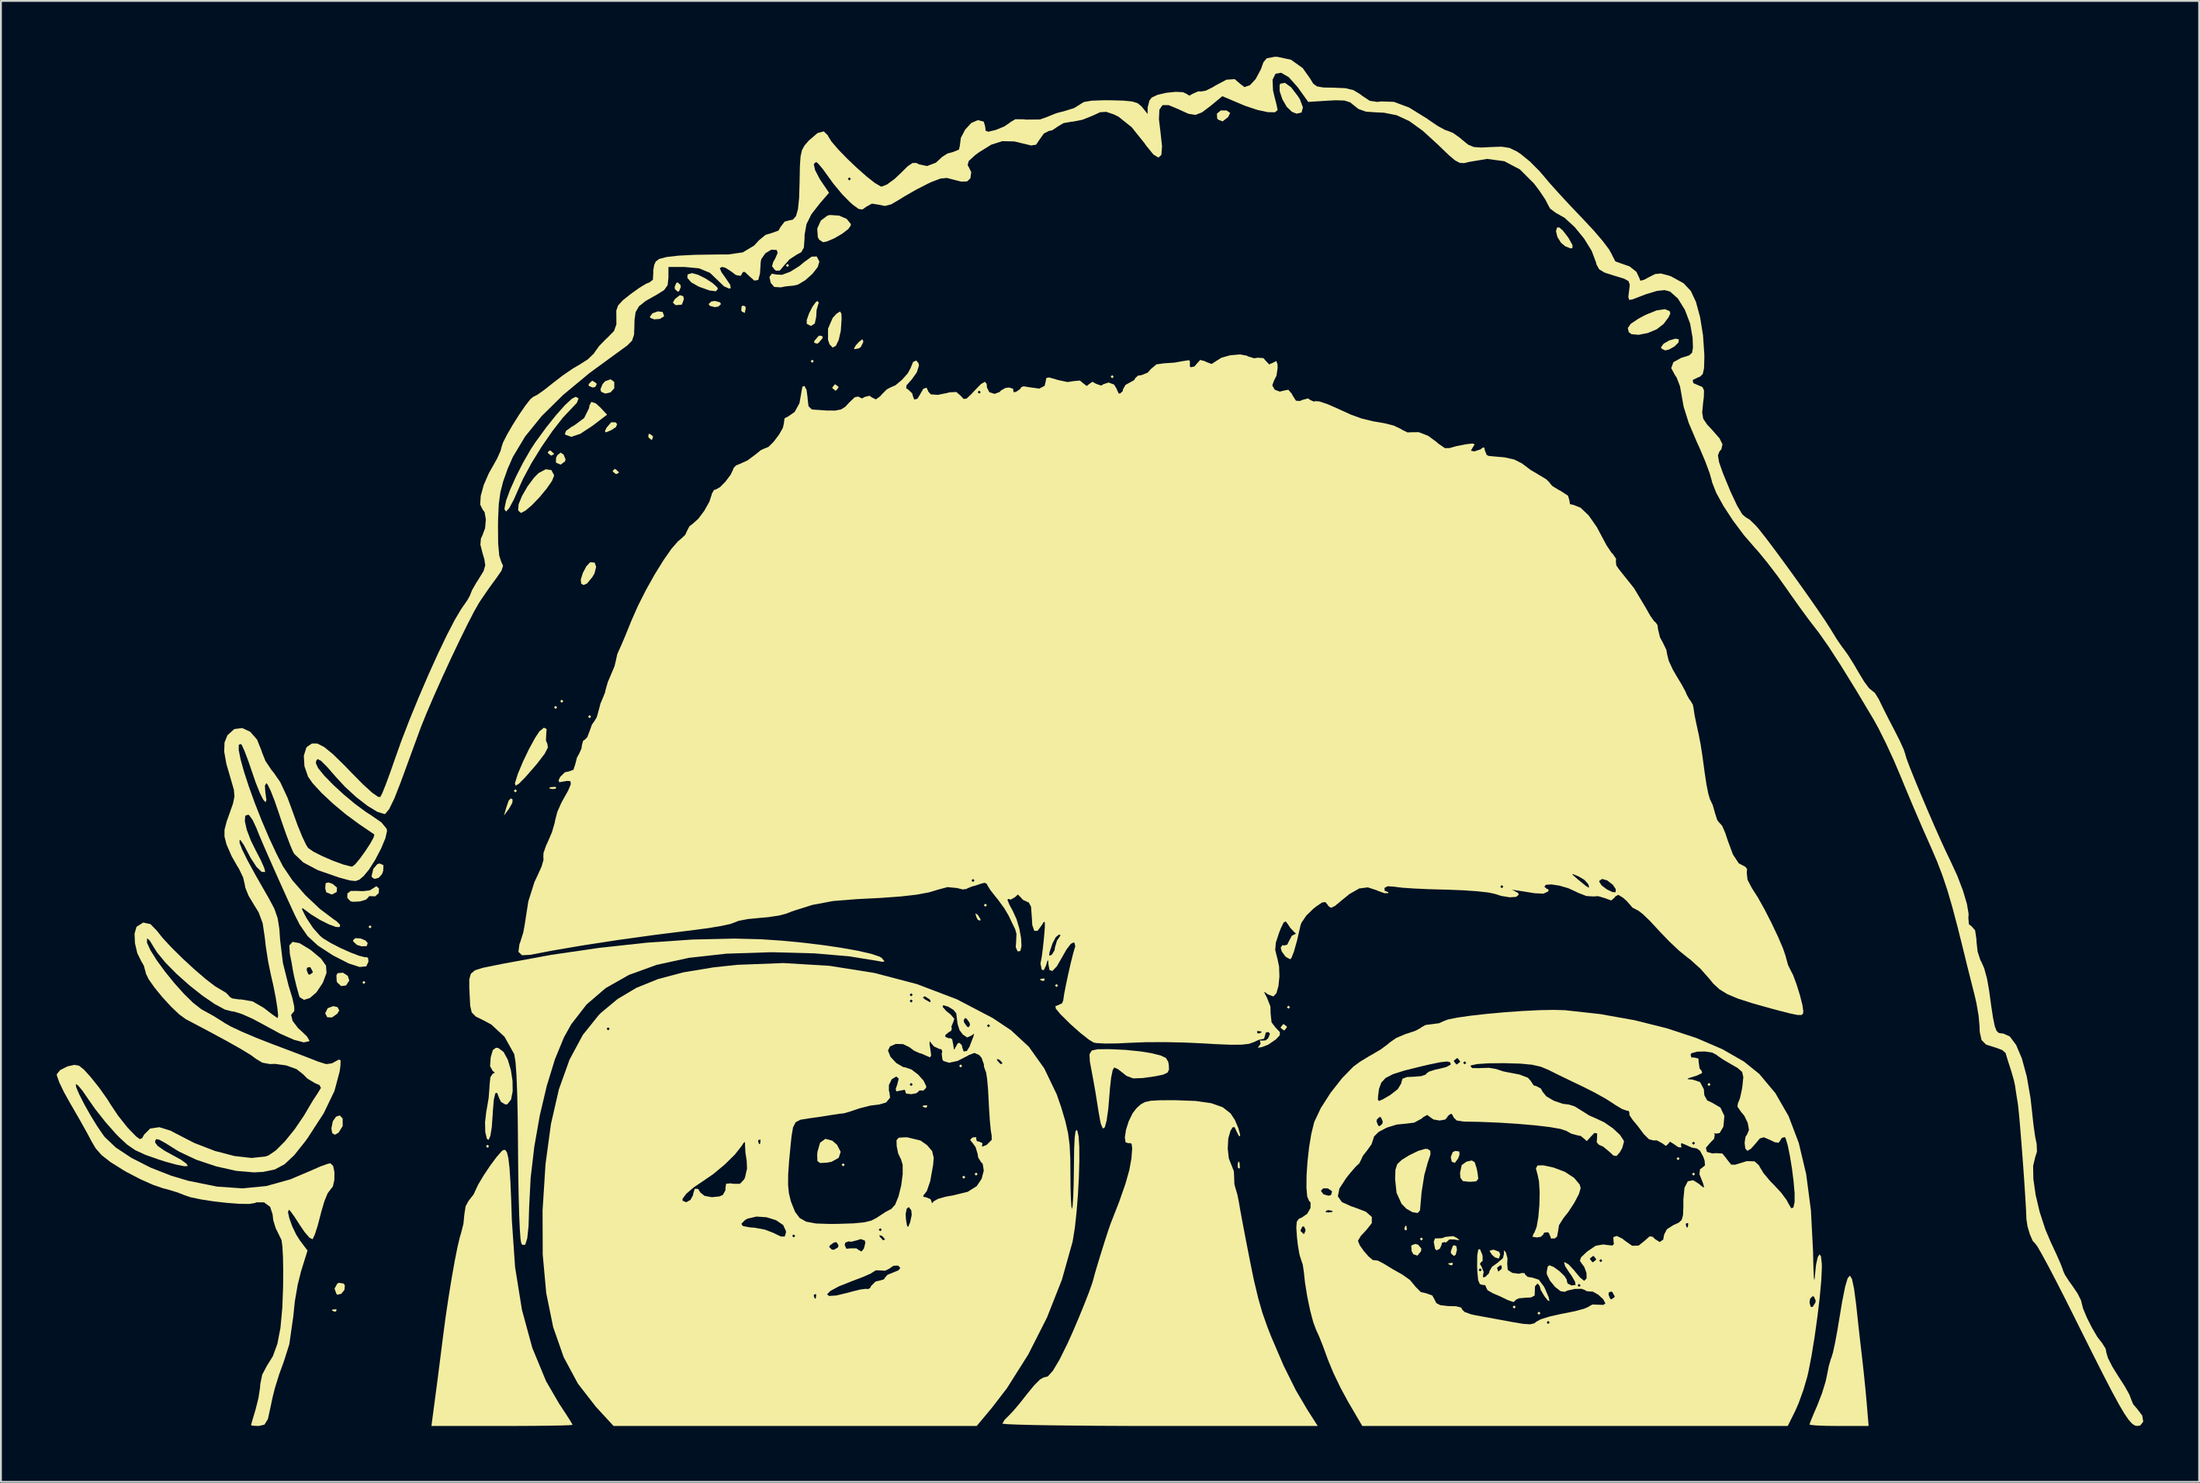
<source format=kicad_pcb>
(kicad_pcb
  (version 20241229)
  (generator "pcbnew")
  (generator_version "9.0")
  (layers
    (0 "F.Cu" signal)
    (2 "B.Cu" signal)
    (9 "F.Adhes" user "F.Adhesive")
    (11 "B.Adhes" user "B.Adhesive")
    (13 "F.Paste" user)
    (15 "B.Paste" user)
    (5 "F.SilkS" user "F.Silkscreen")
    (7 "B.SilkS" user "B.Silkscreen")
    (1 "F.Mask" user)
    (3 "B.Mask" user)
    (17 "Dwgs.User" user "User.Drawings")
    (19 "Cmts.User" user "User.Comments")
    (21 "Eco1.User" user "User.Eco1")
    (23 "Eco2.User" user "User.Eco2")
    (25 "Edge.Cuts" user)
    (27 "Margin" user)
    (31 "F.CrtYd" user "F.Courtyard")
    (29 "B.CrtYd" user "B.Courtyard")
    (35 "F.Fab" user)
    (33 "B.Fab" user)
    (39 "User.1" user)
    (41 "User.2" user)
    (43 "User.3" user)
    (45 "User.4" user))
  (footprint "Noli Eyes"
    (layer "F.Cu")
    (at 58.402 33.535)
    (property "Reference" "Noli Eyes" (at 0 0 0) (layer "F.SilkS") (effects (font (size 1.524 1.524) (thickness 0.3))))
    (attr board_only exclude_from_pos_files exclude_from_bom)
    (fp_poly (pts (xy -41.835 16.186) (xy -41.918 16.269) (xy -42.001 16.186) (xy -41.918 16.103)) (stroke (width 0) (type solid)) (fill yes) (layer "F.SilkS"))
    (fp_poly (pts (xy -41.503 13.198) (xy -41.586 13.281) (xy -41.669 13.198) (xy -41.586 13.115)) (stroke (width 0) (type solid)) (fill yes) (layer "F.SilkS"))
    (fp_poly (pts (xy -35.195 24.985) (xy -35.278 25.068) (xy -35.361 24.985) (xy -35.278 24.902)) (stroke (width 0) (type solid)) (fill yes) (layer "F.SilkS"))
    (fp_poly (pts (xy -33.701 5.893) (xy -33.784 5.976) (xy -33.867 5.893) (xy -33.784 5.81)) (stroke (width 0) (type solid)) (fill yes) (layer "F.SilkS"))
    (fp_poly (pts (xy -31.542 1.411) (xy -31.625 1.494) (xy -31.708 1.411) (xy -31.625 1.328)) (stroke (width 0) (type solid)) (fill yes) (layer "F.SilkS"))
    (fp_poly (pts (xy -31.21 1.079) (xy -31.293 1.162) (xy -31.376 1.079) (xy -31.293 0.996)) (stroke (width 0) (type solid)) (fill yes) (layer "F.SilkS"))
    (fp_poly (pts (xy -29.716 1.909) (xy -29.799 1.992) (xy -29.882 1.909) (xy -29.799 1.826)) (stroke (width 0) (type solid)) (fill yes) (layer "F.SilkS"))
    (fp_poly (pts (xy -19.092 -22.329) (xy -19.175 -22.246) (xy -19.258 -22.329) (xy -19.175 -22.412)) (stroke (width 0) (type solid)) (fill yes) (layer "F.SilkS"))
    (fp_poly (pts (xy -17.763 -17.182) (xy -17.846 -17.099) (xy -17.929 -17.182) (xy -17.846 -17.265)) (stroke (width 0) (type solid)) (fill yes) (layer "F.SilkS"))
    (fp_poly (pts (xy -16.103 25.981) (xy -16.186 26.064) (xy -16.269 25.981) (xy -16.186 25.898)) (stroke (width 0) (type solid)) (fill yes) (layer "F.SilkS"))
    (fp_poly (pts (xy -9.795 20.669) (xy -9.878 20.752) (xy -9.961 20.669) (xy -9.878 20.586)) (stroke (width 0) (type solid)) (fill yes) (layer "F.SilkS"))
    (fp_poly (pts (xy -9.629 26.645) (xy -9.712 26.728) (xy -9.795 26.645) (xy -9.712 26.562)) (stroke (width 0) (type solid)) (fill yes) (layer "F.SilkS"))
    (fp_poly (pts (xy -8.965 26.479) (xy -9.048 26.562) (xy -9.131 26.479) (xy -9.048 26.396)) (stroke (width 0) (type solid)) (fill yes) (layer "F.SilkS"))
    (fp_poly (pts (xy -8.467 12.036) (xy -8.55 12.119) (xy -8.633 12.036) (xy -8.55 11.953)) (stroke (width 0) (type solid)) (fill yes) (layer "F.SilkS"))
    (fp_poly (pts (xy -4.648 16.352) (xy -4.731 16.435) (xy -4.814 16.352) (xy -4.731 16.269)) (stroke (width 0) (type solid)) (fill yes) (layer "F.SilkS"))
    (fp_poly (pts (xy -1.66 -16.352) (xy -1.743 -16.269) (xy -1.826 -16.352) (xy -1.743 -16.435)) (stroke (width 0) (type solid)) (fill yes) (layer "F.SilkS"))
    (fp_poly (pts (xy 7.803 17.514) (xy 7.72 17.597) (xy 7.637 17.514) (xy 7.72 17.431)) (stroke (width 0) (type solid)) (fill yes) (layer "F.SilkS"))
    (fp_poly (pts (xy 14.941 29.965) (xy 14.858 30.048) (xy 14.775 29.965) (xy 14.858 29.882)) (stroke (width 0) (type solid)) (fill yes) (layer "F.SilkS"))
    (fp_poly (pts (xy 19.922 33.618) (xy 19.839 33.701) (xy 19.756 33.618) (xy 19.839 33.535)) (stroke (width 0) (type solid)) (fill yes) (layer "F.SilkS"))
    (fp_poly (pts (xy 21.25 33.95) (xy 21.167 34.033) (xy 21.084 33.95) (xy 21.167 33.867)) (stroke (width 0) (type solid)) (fill yes) (layer "F.SilkS"))
    (fp_poly (pts (xy 28.72 25.649) (xy 28.637 25.732) (xy 28.554 25.649) (xy 28.637 25.566)) (stroke (width 0) (type solid)) (fill yes) (layer "F.SilkS"))
    (fp_poly (pts (xy 29.55 26.479) (xy 29.467 26.562) (xy 29.384 26.479) (xy 29.467 26.396)) (stroke (width 0) (type solid)) (fill yes) (layer "F.SilkS"))
    (fp_poly (pts (xy 30.38 21.665) (xy 30.297 21.748) (xy 30.214 21.665) (xy 30.297 21.582)) (stroke (width 0) (type solid)) (fill yes) (layer "F.SilkS"))
    (fp_poly (pts (xy -43.385 33.756) (xy -43.408 33.855) (xy -43.495 33.867) (xy -43.632 33.806) (xy -43.606 33.756) (xy -43.409 33.736)) (stroke (width 0) (type solid)) (fill yes) (layer "F.SilkS"))
    (fp_poly (pts (xy -31.587 5.71) (xy -31.637 5.786) (xy -31.805 5.797) (xy -31.982 5.757) (xy -31.906 5.697) (xy -31.646 5.677)) (stroke (width 0) (type solid)) (fill yes) (layer "F.SilkS"))
    (fp_poly (pts (xy -11.676 22.799) (xy -11.699 22.898) (xy -11.787 22.91) (xy -11.924 22.849) (xy -11.898 22.799) (xy -11.701 22.779)) (stroke (width 0) (type solid)) (fill yes) (layer "F.SilkS"))
    (fp_poly (pts (xy -5.368 15.993) (xy -5.391 16.091) (xy -5.478 16.103) (xy -5.615 16.043) (xy -5.589 15.993) (xy -5.392 15.973)) (stroke (width 0) (type solid)) (fill yes) (layer "F.SilkS"))
    (fp_poly (pts (xy 5.094 25.867) (xy 5.114 26.126) (xy 5.081 26.185) (xy 5.005 26.136) (xy 4.993 25.967) (xy 5.034 25.79)) (stroke (width 0) (type solid)) (fill yes) (layer "F.SilkS"))
    (fp_poly (pts (xy 14.056 29.274) (xy 14.076 29.471) (xy 14.056 29.495) (xy 13.957 29.472) (xy 13.945 29.384) (xy 14.006 29.248)) (stroke (width 0) (type solid)) (fill yes) (layer "F.SilkS"))
    (fp_poly (pts (xy 16.546 31.266) (xy 16.523 31.364) (xy 16.435 31.376) (xy 16.299 31.316) (xy 16.325 31.266) (xy 16.522 31.246)) (stroke (width 0) (type solid)) (fill yes) (layer "F.SilkS"))
    (fp_poly (pts (xy -33.933 6.353) (xy -33.947 6.542) (xy -34.114 6.837) (xy -34.395 7.222) (xy -34.276 6.807) (xy -34.143 6.416) (xy -34.028 6.298)) (stroke (width 0) (type solid)) (fill yes) (layer "F.SilkS"))
    (fp_poly (pts (xy -21.44 -20.133) (xy -21.416 -20.014) (xy -21.47 -19.775) (xy -21.614 -19.846) (xy -21.658 -19.91) (xy -21.637 -20.123) (xy -21.584 -20.169)) (stroke (width 0) (type solid)) (fill yes) (layer "F.SilkS"))
    (fp_poly (pts (xy -8.966 12.551) (xy -8.944 12.573) (xy -8.813 12.79) (xy -8.831 12.87) (xy -8.954 12.821) (xy -9.037 12.666) (xy -9.088 12.472)) (stroke (width 0) (type solid)) (fill yes) (layer "F.SilkS"))
    (fp_poly (pts (xy -31.875 -12.368) (xy -31.716 -12.219) (xy -31.708 -12.192) (xy -31.837 -12.121) (xy -31.875 -12.119) (xy -32.034 -12.247) (xy -32.041 -12.295) (xy -31.939 -12.394)) (stroke (width 0) (type solid)) (fill yes) (layer "F.SilkS"))
    (fp_poly (pts (xy -29.439 -15.999) (xy -29.416 -15.95) (xy -29.496 -15.798) (xy -29.633 -15.771) (xy -29.84 -15.855) (xy -29.851 -15.95) (xy -29.679 -16.121) (xy -29.633 -16.128)) (stroke (width 0) (type solid)) (fill yes) (layer "F.SilkS"))
    (fp_poly (pts (xy -28.405 -13.9) (xy -28.32 -13.803) (xy -28.386 -13.642) (xy -28.648 -13.473) (xy -28.932 -13.36) (xy -28.975 -13.429) (xy -28.886 -13.614) (xy -28.641 -13.904)) (stroke (width 0) (type solid)) (fill yes) (layer "F.SilkS"))
    (fp_poly (pts (xy -28.388 -11.372) (xy -28.23 -11.223) (xy -28.222 -11.196) (xy -28.351 -11.125) (xy -28.388 -11.123) (xy -28.548 -11.25) (xy -28.554 -11.299) (xy -28.453 -11.398)) (stroke (width 0) (type solid)) (fill yes) (layer "F.SilkS"))
    (fp_poly (pts (xy -26.403 -13.161) (xy -26.396 -13.115) (xy -26.453 -12.953) (xy -26.469 -12.949) (xy -26.611 -13.065) (xy -26.645 -13.115) (xy -26.632 -13.268) (xy -26.572 -13.281)) (stroke (width 0) (type solid)) (fill yes) (layer "F.SilkS"))
    (fp_poly (pts (xy -24.921 -21.281) (xy -24.902 -21.167) (xy -24.992 -20.946) (xy -25.068 -20.918) (xy -25.215 -21.052) (xy -25.234 -21.167) (xy -25.144 -21.388) (xy -25.068 -21.416)) (stroke (width 0) (type solid)) (fill yes) (layer "F.SilkS"))
    (fp_poly (pts (xy -24.773 -20.679) (xy -24.736 -20.512) (xy -24.847 -20.222) (xy -25.152 -20.194) (xy -25.199 -20.209) (xy -25.327 -20.332) (xy -25.221 -20.519) (xy -24.954 -20.73)) (stroke (width 0) (type solid)) (fill yes) (layer "F.SilkS"))
    (fp_poly (pts (xy -22.806 -20.35) (xy -22.744 -20.254) (xy -22.883 -20.119) (xy -23.076 -20.088) (xy -23.346 -20.157) (xy -23.408 -20.254) (xy -23.269 -20.388) (xy -23.076 -20.42)) (stroke (width 0) (type solid)) (fill yes) (layer "F.SilkS"))
    (fp_poly (pts (xy -17.287 -18.517) (xy -17.296 -18.417) (xy -17.507 -18.165) (xy -17.587 -18.127) (xy -17.741 -18.172) (xy -17.732 -18.272) (xy -17.522 -18.523) (xy -17.442 -18.562)) (stroke (width 0) (type solid)) (fill yes) (layer "F.SilkS"))
    (fp_poly (pts (xy -16.44 -15.811) (xy -16.435 -15.771) (xy -16.562 -15.61) (xy -16.601 -15.605) (xy -16.762 -15.732) (xy -16.767 -15.771) (xy -16.641 -15.932) (xy -16.601 -15.937)) (stroke (width 0) (type solid)) (fill yes) (layer "F.SilkS"))
    (fp_poly (pts (xy 7.632 18.554) (xy 7.637 18.593) (xy 7.51 18.755) (xy 7.471 18.759) (xy 7.309 18.633) (xy 7.305 18.593) (xy 7.431 18.432) (xy 7.471 18.427)) (stroke (width 0) (type solid)) (fill yes) (layer "F.SilkS"))
    (fp_poly (pts (xy 14.682 30.271) (xy 14.855 30.48) (xy 14.838 30.623) (xy 14.644 30.858) (xy 14.426 30.784) (xy 14.334 30.622) (xy 14.312 30.316) (xy 14.527 30.23)) (stroke (width 0) (type solid)) (fill yes) (layer "F.SilkS"))
    (fp_poly (pts (xy 16.732 30.348) (xy 16.767 30.537) (xy 16.7 30.812) (xy 16.601 30.878) (xy 16.452 30.745) (xy 16.435 30.639) (xy 16.536 30.357) (xy 16.601 30.297)) (stroke (width 0) (type solid)) (fill yes) (layer "F.SilkS"))
    (fp_poly (pts (xy 16.894 25.265) (xy 16.905 25.429) (xy 16.833 25.635) (xy 16.654 25.877) (xy 16.489 25.818) (xy 16.435 25.566) (xy 16.539 25.296) (xy 16.684 25.234)) (stroke (width 0) (type solid)) (fill yes) (layer "F.SilkS"))
    (fp_poly (pts (xy 19.028 30.649) (xy 19.092 30.795) (xy 19.013 31.017) (xy 18.798 30.952) (xy 18.628 30.789) (xy 18.513 30.601) (xy 18.683 30.547) (xy 18.753 30.546)) (stroke (width 0) (type solid)) (fill yes) (layer "F.SilkS"))
    (fp_poly (pts (xy -43.592 10.892) (xy -43.36 11.092) (xy -43.373 11.324) (xy -43.615 11.453) (xy -43.661 11.455) (xy -43.939 11.338) (xy -43.993 11.123) (xy -43.967 10.851) (xy -43.815 10.815)) (stroke (width 0) (type solid)) (fill yes) (layer "F.SilkS"))
    (fp_poly (pts (xy -43.329 17.514) (xy -43.24 17.69) (xy -43.342 17.861) (xy -43.625 18.065) (xy -43.881 18.057) (xy -43.993 17.842) (xy -43.993 17.841) (xy -43.859 17.569) (xy -43.559 17.455)) (stroke (width 0) (type solid)) (fill yes) (layer "F.SilkS"))
    (fp_poly (pts (xy -43.056 23.495) (xy -43.054 23.896) (xy -43.275 24.252) (xy -43.466 24.366) (xy -43.617 24.28) (xy -43.661 24.023) (xy -43.586 23.646) (xy -43.41 23.393) (xy -43.206 23.33)) (stroke (width 0) (type solid)) (fill yes) (layer "F.SilkS"))
    (fp_poly (pts (xy -43.007 32.358) (xy -42.938 32.454) (xy -42.961 32.702) (xy -43.132 32.91) (xy -43.337 32.957) (xy -43.386 32.924) (xy -43.492 32.632) (xy -43.346 32.365) (xy -43.26 32.318)) (stroke (width 0) (type solid)) (fill yes) (layer "F.SilkS"))
    (fp_poly (pts (xy -42.781 15.829) (xy -42.701 16.081) (xy -42.87 16.345) (xy -43.135 16.382) (xy -43.35 16.185) (xy -43.375 16.111) (xy -43.392 15.803) (xy -43.329 15.688) (xy -43.042 15.662)) (stroke (width 0) (type solid)) (fill yes) (layer "F.SilkS"))
    (fp_poly (pts (xy -42.105 13.82) (xy -41.832 13.93) (xy -41.71 14.07) (xy -41.767 14.236) (xy -42.049 14.243) (xy -42.292 14.167) (xy -42.484 13.987) (xy -42.499 13.92) (xy -42.376 13.807)) (stroke (width 0) (type solid)) (fill yes) (layer "F.SilkS"))
    (fp_poly (pts (xy -31.199 -12.174) (xy -31.089 -11.913) (xy -31.119 -11.801) (xy -31.354 -11.629) (xy -31.587 -11.727) (xy -31.605 -11.753) (xy -31.6 -11.991) (xy -31.538 -12.125) (xy -31.359 -12.273)) (stroke (width 0) (type solid)) (fill yes) (layer "F.SilkS"))
    (fp_poly (pts (xy -25.88 -19.828) (xy -25.801 -19.628) (xy -25.822 -19.578) (xy -26.028 -19.455) (xy -26.321 -19.431) (xy -26.535 -19.508) (xy -26.562 -19.572) (xy -26.426 -19.754) (xy -26.137 -19.86)) (stroke (width 0) (type solid)) (fill yes) (layer "F.SilkS"))
    (fp_poly (pts (xy -15.109 -18.272) (xy -15.107 -18.208) (xy -15.241 -17.941) (xy -15.356 -17.869) (xy -15.572 -17.832) (xy -15.605 -17.863) (xy -15.502 -18.039) (xy -15.356 -18.202) (xy -15.164 -18.363)) (stroke (width 0) (type solid)) (fill yes) (layer "F.SilkS"))
    (fp_poly (pts (xy -40.867 9.885) (xy -40.878 10.181) (xy -40.94 10.362) (xy -41.117 10.562) (xy -41.351 10.625) (xy -41.497 10.52) (xy -41.503 10.472) (xy -41.411 10.082) (xy -41.193 9.829) (xy -41.07 9.795)) (stroke (width 0) (type solid)) (fill yes) (layer "F.SilkS"))
    (fp_poly (pts (xy -28.474 -16.065) (xy -28.474 -15.743) (xy -28.484 -15.716) (xy -28.679 -15.507) (xy -28.957 -15.445) (xy -29.176 -15.539) (xy -29.218 -15.668) (xy -29.101 -15.957) (xy -28.962 -16.109) (xy -28.669 -16.214)) (stroke (width 0) (type solid)) (fill yes) (layer "F.SilkS"))
    (fp_poly (pts (xy 4.407 -30.649) (xy 4.591 -30.516) (xy 4.484 -30.3) (xy 4.481 -30.295) (xy 4.184 -30.065) (xy 3.941 -30.16) (xy 3.892 -30.229) (xy 3.88 -30.479) (xy 4.085 -30.652) (xy 4.395 -30.654)) (stroke (width 0) (type solid)) (fill yes) (layer "F.SilkS"))
    (fp_poly (pts (xy 28.679 -18.358) (xy 28.661 -18.191) (xy 28.448 -17.978) (xy 28.149 -17.809) (xy 27.941 -17.763) (xy 27.742 -17.866) (xy 27.724 -17.933) (xy 27.86 -18.124) (xy 28.168 -18.3) (xy 28.497 -18.394)) (stroke (width 0) (type solid)) (fill yes) (layer "F.SilkS"))
    (fp_poly (pts (xy -29.526 -6.366) (xy -29.447 -6.139) (xy -29.532 -5.794) (xy -29.66 -5.575) (xy -29.937 -5.242) (xy -30.127 -5.161) (xy -30.252 -5.239) (xy -30.272 -5.457) (xy -30.16 -5.811) (xy -29.975 -6.163) (xy -29.777 -6.376) (xy -29.758 -6.384)) (stroke (width 0) (type solid)) (fill yes) (layer "F.SilkS"))
    (fp_poly (pts (xy -23.99 -21.832) (xy -23.586 -21.633) (xy -23.202 -21.385) (xy -22.95 -21.158) (xy -22.91 -21.07) (xy -23.021 -20.94) (xy -23.369 -20.984) (xy -23.947 -21.193) (xy -24.342 -21.419) (xy -24.55 -21.658) (xy -24.538 -21.844) (xy -24.299 -21.914)) (stroke (width 0) (type solid)) (fill yes) (layer "F.SilkS"))
    (fp_poly (pts (xy -17.492 -20.313) (xy -17.529 -20.23) (xy -17.612 -19.933) (xy -17.633 -19.566) (xy -17.709 -19.205) (xy -17.916 -19.076) (xy -18.14 -19.191) (xy -18.142 -19.392) (xy -18.02 -19.741) (xy -17.834 -20.109) (xy -17.645 -20.369) (xy -17.557 -20.42)) (stroke (width 0) (type solid)) (fill yes) (layer "F.SilkS"))
    (fp_poly (pts (xy -16.775 24.68) (xy -16.516 24.904) (xy -16.319 25.285) (xy -16.426 25.606) (xy -16.809 25.818) (xy -17.085 25.868) (xy -17.43 25.883) (xy -17.57 25.776) (xy -17.58 25.457) (xy -17.567 25.287) (xy -17.427 24.796) (xy -17.146 24.587)) (stroke (width 0) (type solid)) (fill yes) (layer "F.SilkS"))
    (fp_poly (pts (xy -16.279 -19.728) (xy -16.269 -19.465) (xy -16.312 -18.821) (xy -16.425 -18.322) (xy -16.58 -18.007) (xy -16.753 -17.917) (xy -16.917 -18.092) (xy -16.999 -18.333) (xy -16.997 -18.933) (xy -16.751 -19.505) (xy -16.536 -19.741) (xy -16.35 -19.855)) (stroke (width 0) (type solid)) (fill yes) (layer "F.SilkS"))
    (fp_poly (pts (xy 17.72 25.841) (xy 17.823 26.164) (xy 17.865 26.367) (xy 17.913 26.728) (xy 17.799 26.87) (xy 17.452 26.894) (xy 17.089 26.857) (xy 16.952 26.679) (xy 16.933 26.407) (xy 17.022 25.995) (xy 17.278 25.811) (xy 17.563 25.747)) (stroke (width 0) (type solid)) (fill yes) (layer "F.SilkS"))
    (fp_poly (pts (xy 22.45 -24.205) (xy 22.713 -23.864) (xy 22.769 -23.779) (xy 22.967 -23.423) (xy 22.97 -23.266) (xy 22.869 -23.242) (xy 22.579 -23.356) (xy 22.354 -23.545) (xy 22.161 -23.854) (xy 22.084 -24.161) (xy 22.135 -24.359) (xy 22.254 -24.373)) (stroke (width 0) (type solid)) (fill yes) (layer "F.SilkS"))
    (fp_poly (pts (xy 7.865 -31.894) (xy 8.243 -31.399) (xy 8.34 -31.24) (xy 8.497 -30.815) (xy 8.425 -30.542) (xy 8.161 -30.479) (xy 7.91 -30.576) (xy 7.629 -30.845) (xy 7.393 -31.254) (xy 7.249 -31.684) (xy 7.245 -32.017) (xy 7.289 -32.092) (xy 7.535 -32.134)) (stroke (width 0) (type solid)) (fill yes) (layer "F.SilkS"))
    (fp_poly (pts (xy -29.457 -14.913) (xy -29.234 -14.709) (xy -28.861 -14.312) (xy -29.645 -13.713) (xy -30.3 -13.283) (xy -30.785 -13.122) (xy -31.092 -13.232) (xy -31.127 -13.28) (xy -31.059 -13.446) (xy -30.765 -13.66) (xy -30.64 -13.724) (xy -30.092 -14.129) (xy -29.825 -14.67) (xy -29.808 -14.803) (xy -29.704 -15)) (stroke (width 0) (type solid)) (fill yes) (layer "F.SilkS"))
    (fp_poly (pts (xy -16.405 -25.004) (xy -15.997 -24.828) (xy -15.782 -24.561) (xy -15.771 -24.484) (xy -15.907 -24.286) (xy -16.24 -24.03) (xy -16.662 -23.784) (xy -17.062 -23.613) (xy -17.264 -23.574) (xy -17.469 -23.707) (xy -17.545 -23.842) (xy -17.578 -24.308) (xy -17.384 -24.737) (xy -17.031 -25.005) (xy -16.897 -25.037)) (stroke (width 0) (type solid)) (fill yes) (layer "F.SilkS"))
    (fp_poly (pts (xy 28.185 -19.873) (xy 28.222 -19.747) (xy 28.123 -19.538) (xy 27.882 -19.213) (xy 27.848 -19.174) (xy 27.489 -18.897) (xy 27.011 -18.698) (xy 26.524 -18.602) (xy 26.139 -18.634) (xy 25.993 -18.741) (xy 25.939 -18.963) (xy 26.095 -19.19) (xy 26.499 -19.462) (xy 26.897 -19.674) (xy 27.483 -19.912) (xy 27.931 -19.979)) (stroke (width 0) (type solid)) (fill yes) (layer "F.SilkS"))
    (fp_poly (pts (xy -31.852 -11.337) (xy -31.71 -11.071) (xy -31.708 -11.024) (xy -31.818 -10.754) (xy -32.1 -10.345) (xy -32.483 -9.881) (xy -32.898 -9.449) (xy -33.235 -9.162) (xy -33.483 -9.031) (xy -33.613 -9.146) (xy -33.636 -9.201) (xy -33.61 -9.501) (xy -33.423 -9.953) (xy -33.129 -10.461) (xy -32.785 -10.925) (xy -32.536 -11.176) (xy -32.155 -11.377)) (stroke (width 0) (type solid)) (fill yes) (layer "F.SilkS"))
    (fp_poly (pts (xy -41.108 11.134) (xy -41.117 11.387) (xy -41.314 11.562) (xy -41.442 11.553) (xy -41.642 11.551) (xy -41.669 11.607) (xy -41.81 11.74) (xy -42.134 11.834) (xy -42.492 11.853) (xy -42.63 11.826) (xy -42.806 11.648) (xy -42.802 11.405) (xy -42.624 11.271) (xy -42.307 11.268) (xy -41.976 11.282) (xy -41.609 11.242) (xy -41.425 11.131) (xy -41.247 11.015)) (stroke (width 0) (type solid)) (fill yes) (layer "F.SilkS"))
    (fp_poly (pts (xy -32.106 2.573) (xy -32.126 2.83) (xy -32.142 3.195) (xy -32.063 3.376) (xy -32.039 3.569) (xy -32.21 3.901) (xy -32.597 4.408) (xy -32.734 4.571) (xy -33.25 5.162) (xy -33.587 5.504) (xy -33.765 5.615) (xy -33.806 5.511) (xy -33.796 5.446) (xy -33.648 4.977) (xy -33.384 4.343) (xy -33.06 3.666) (xy -32.733 3.064) (xy -32.493 2.698) (xy -32.25 2.501)) (stroke (width 0) (type solid)) (fill yes) (layer "F.SilkS"))
    (fp_poly (pts (xy -17.463 -22.534) (xy -17.549 -22.243) (xy -17.831 -21.881) (xy -18.215 -21.537) (xy -18.607 -21.301) (xy -18.826 -21.247) (xy -19.287 -21.201) (xy -19.534 -21.149) (xy -19.886 -21.172) (xy -20.074 -21.39) (xy -20.144 -21.708) (xy -20.016 -21.885) (xy -19.769 -21.839) (xy -19.469 -21.824) (xy -19.025 -21.99) (xy -18.539 -22.293) (xy -18.299 -22.493) (xy -17.881 -22.799) (xy -17.604 -22.808)) (stroke (width 0) (type solid)) (fill yes) (layer "F.SilkS"))
    (fp_poly (pts (xy 16.728 29.887) (xy 16.902 30.015) (xy 16.787 30.021) (xy 16.643 29.992) (xy 16.355 29.99) (xy 16.269 30.074) (xy 16.167 30.158) (xy 16.103 30.131) (xy 15.961 30.169) (xy 15.937 30.288) (xy 15.849 30.485) (xy 15.682 30.573) (xy 15.593 30.505) (xy 15.52 30.111) (xy 15.59 29.93) (xy 15.66 29.934) (xy 15.959 29.923) (xy 16.147 29.853) (xy 16.56 29.811)) (stroke (width 0) (type solid)) (fill yes) (layer "F.SilkS"))
    (fp_poly (pts (xy 15.193 25.129) (xy 15.338 25.229) (xy 15.343 25.429) (xy 15.209 25.828) (xy 15.2 25.852) (xy 15.015 26.525) (xy 14.869 27.447) (xy 14.783 28.43) (xy 14.659 28.569) (xy 14.383 28.527) (xy 14.054 28.341) (xy 13.79 28.072) (xy 13.523 27.481) (xy 13.447 26.751) (xy 13.463 26.251) (xy 13.56 25.946) (xy 13.81 25.71) (xy 14.196 25.473) (xy 14.668 25.24) (xy 15.052 25.125)) (stroke (width 0) (type solid)) (fill yes) (layer "F.SilkS"))
    (fp_poly (pts (xy -30.388 -15.183) (xy -30.483 -14.946) (xy -30.738 -14.676) (xy -31.226 -14.161) (xy -31.794 -13.433) (xy -32.38 -12.582) (xy -32.925 -11.698) (xy -33.37 -10.869) (xy -33.553 -10.464) (xy -33.864 -9.756) (xy -34.111 -9.298) (xy -34.281 -9.109) (xy -34.36 -9.21) (xy -34.365 -9.293) (xy -34.283 -9.69) (xy -34.063 -10.286) (xy -33.744 -10.999) (xy -33.364 -11.746) (xy -32.961 -12.445) (xy -32.708 -12.832) (xy -32.138 -13.612) (xy -31.596 -14.291) (xy -31.12 -14.824) (xy -30.752 -15.166) (xy -30.544 -15.273)) (stroke (width 0) (type solid)) (fill yes) (layer "F.SilkS"))
    (fp_poly (pts (xy -45.378 14.073) (xy -44.83 14.403) (xy -44.743 14.466) (xy -44.213 14.909) (xy -43.949 15.283) (xy -43.922 15.671) (xy -44.103 16.158) (xy -44.144 16.239) (xy -44.463 16.716) (xy -44.814 17.021) (xy -45.133 17.12) (xy -45.358 16.981) (xy -45.396 16.892) (xy -45.529 16.413) (xy -45.656 15.891) (xy -45.732 15.512) (xy -44.99 15.512) (xy -44.903 15.74) (xy -44.824 15.771) (xy -44.662 15.652) (xy -44.658 15.615) (xy -44.778 15.39) (xy -44.824 15.356) (xy -44.966 15.394) (xy -44.99 15.512) (xy -45.732 15.512) (xy -45.737 15.49) (xy -45.744 15.439) (xy -45.799 15.107) (xy -45.891 14.655) (xy -45.892 14.651) (xy -45.918 14.198) (xy -45.744 14.005)) (stroke (width 0) (type solid)) (fill yes) (layer "F.SilkS"))
    (fp_poly (pts (xy 21.953 26.128) (xy 22.562 26.358) (xy 23.057 26.683) (xy 23.356 27.039) (xy 23.408 27.235) (xy 23.313 27.551) (xy 23.073 28.012) (xy 22.751 28.507) (xy 22.474 28.858) (xy 22.247 29.221) (xy 22.196 29.543) (xy 22.196 29.545) (xy 22.14 29.841) (xy 22.012 29.936) (xy 21.811 29.939) (xy 21.791 29.856) (xy 21.701 29.643) (xy 21.623 29.599) (xy 21.436 29.632) (xy 21.416 29.703) (xy 21.276 29.846) (xy 21.063 29.882) (xy 20.823 29.847) (xy 20.871 29.692) (xy 20.921 29.63) (xy 21.044 29.316) (xy 21.137 28.778) (xy 21.193 28.119) (xy 21.206 27.445) (xy 21.171 26.862) (xy 21.096 26.512) (xy 21.006 26.177) (xy 21.092 26.016) (xy 21.399 26.008)) (stroke (width 0) (type solid)) (fill yes) (layer "F.SilkS"))
    (fp_poly (pts (xy 37.976 32.121) (xy 38.085 32.633) (xy 38.196 33.467) (xy 38.274 34.191) (xy 38.333 34.735) (xy 38.414 35.459) (xy 38.502 36.214) (xy 38.509 36.274) (xy 38.604 37.123) (xy 38.698 38.048) (xy 38.767 38.806) (xy 38.867 40.009) (xy 37.28 40.009) (xy 36.6 40.002) (xy 36.066 39.981) (xy 35.749 39.951) (xy 35.693 39.931) (xy 35.755 39.75) (xy 35.916 39.356) (xy 36.11 38.909) (xy 36.359 38.27) (xy 36.556 37.631) (xy 36.631 37.286) (xy 36.729 36.788) (xy 36.842 36.403) (xy 36.869 36.343) (xy 36.951 36.073) (xy 37.063 35.559) (xy 37.188 34.887) (xy 37.263 34.434) (xy 37.449 33.317) (xy 37.607 32.528) (xy 37.744 32.067) (xy 37.865 31.932)) (stroke (width 0) (type solid)) (fill yes) (layer "F.SilkS"))
    (fp_poly (pts (xy -34.695 19.708) (xy -34.416 19.918) (xy -34.19 20.336) (xy -34.027 20.882) (xy -33.936 21.474) (xy -33.929 22.031) (xy -34.015 22.473) (xy -34.205 22.719) (xy -34.315 22.744) (xy -34.552 22.605) (xy -34.649 22.412) (xy -34.763 22.114) (xy -34.861 22.138) (xy -34.939 22.473) (xy -34.993 23.108) (xy -35.001 23.283) (xy -35.05 23.963) (xy -35.126 24.425) (xy -35.218 24.642) (xy -35.312 24.585) (xy -35.398 24.226) (xy -35.399 24.221) (xy -35.412 23.694) (xy -35.342 23.098) (xy -35.322 23.004) (xy -35.218 22.389) (xy -35.17 21.773) (xy -35.17 21.706) (xy -35.125 21.278) (xy -35 21.085) (xy -34.977 21.081) (xy -34.888 21.029) (xy -34.999 20.939) (xy -35.141 20.685) (xy -35.109 20.214) (xy -34.996 19.821) (xy -34.827 19.693)) (stroke (width 0) (type solid)) (fill yes) (layer "F.SilkS"))
    (fp_poly (pts (xy -1.785 19.772) (xy -1.013 19.809) (xy -0.219 19.89) (xy 0.332 19.979) (xy 0.86 20.107) (xy 1.144 20.245) (xy 1.266 20.448) (xy 1.297 20.621) (xy 1.308 20.864) (xy 1.23 21.025) (xy 1.004 21.135) (xy 0.568 21.225) (xy -0.096 21.32) (xy -0.618 21.339) (xy -0.979 21.201) (xy -1.127 21.081) (xy -1.432 20.842) (xy -1.636 20.752) (xy -1.719 20.904) (xy -1.8 21.309) (xy -1.864 21.886) (xy -1.875 22.038) (xy -1.951 22.96) (xy -2.042 23.609) (xy -2.141 23.971) (xy -2.246 24.032) (xy -2.351 23.779) (xy -2.385 23.627) (xy -2.476 23.119) (xy -2.561 22.578) (xy -2.643 22.067) (xy -2.757 21.424) (xy -2.817 21.103) (xy -2.94 20.44) (xy -2.962 20.041) (xy -2.834 19.839) (xy -2.504 19.771) (xy -1.922 19.77)) (stroke (width 0) (type solid)) (fill yes) (layer "F.SilkS"))
    (fp_poly (pts (xy -34.234 25.313) (xy -34.159 25.624) (xy -34.099 26.145) (xy -34.049 26.908) (xy -34.005 27.945) (xy -33.972 28.969) (xy -33.799 31.478) (xy -33.432 33.763) (xy -32.876 35.81) (xy -32.135 37.603) (xy -31.437 38.806) (xy -31.096 39.322) (xy -30.841 39.721) (xy -30.718 39.933) (xy -30.712 39.948) (xy -30.871 39.966) (xy -31.314 39.981) (xy -31.997 39.994) (xy -32.872 40.003) (xy -33.893 40.008) (xy -34.501 40.009) (xy -38.29 40.009) (xy -38.076 38.391) (xy -37.953 37.455) (xy -37.821 36.42) (xy -37.702 35.477) (xy -37.677 35.278) (xy -37.537 34.216) (xy -37.376 33.131) (xy -37.206 32.085) (xy -37.039 31.143) (xy -36.885 30.37) (xy -36.755 29.829) (xy -36.703 29.664) (xy -36.571 29.146) (xy -36.523 28.647) (xy -36.454 28.206) (xy -36.287 27.901) (xy -36.28 27.896) (xy -36.021 27.564) (xy -35.937 27.377) (xy -35.775 27.033) (xy -35.489 26.554) (xy -35.142 26.035) (xy -34.8 25.572) (xy -34.527 25.258) (xy -34.443 25.19) (xy -34.327 25.179)) (stroke (width 0) (type solid)) (fill yes) (layer "F.SilkS"))
    (fp_poly (pts (xy -20.586 13.866) (xy -19.485 13.94) (xy -18.356 14.048) (xy -17.255 14.182) (xy -16.237 14.333) (xy -15.357 14.492) (xy -14.668 14.651) (xy -14.227 14.801) (xy -14.111 14.875) (xy -13.967 15.051) (xy -14.081 15.078) (xy -14.277 15.04) (xy -15.858 14.782) (xy -17.714 14.624) (xy -19.865 14.565) (xy -20.171 14.565) (xy -22.46 14.64) (xy -24.465 14.863) (xy -26.202 15.241) (xy -27.686 15.78) (xy -28.934 16.487) (xy -29.961 17.369) (xy -30.785 18.432) (xy -31.177 19.138) (xy -31.661 20.317) (xy -32.099 21.744) (xy -32.474 23.335) (xy -32.767 25.007) (xy -32.963 26.677) (xy -33.045 28.262) (xy -33.045 28.305) (xy -33.076 29.275) (xy -33.146 29.932) (xy -33.254 30.27) (xy -33.399 30.284) (xy -33.464 30.203) (xy -33.505 29.981) (xy -33.543 29.471) (xy -33.577 28.718) (xy -33.605 27.767) (xy -33.626 26.661) (xy -33.639 25.446) (xy -33.64 25.234) (xy -33.655 23.585) (xy -33.683 22.235) (xy -33.723 21.193) (xy -33.775 20.466) (xy -33.839 20.062) (xy -33.852 20.024) (xy -34.367 19.102) (xy -35.077 18.445) (xy -35.47 18.233) (xy -35.91 18.016) (xy -36.126 17.797) (xy -36.206 17.455) (xy -36.222 17.175) (xy -36.257 16.479) (xy -36.257 16.011) (xy -36.172 15.715) (xy -35.948 15.531) (xy -35.534 15.4) (xy -34.878 15.266) (xy -34.448 15.18) (xy -31.864 14.704) (xy -29.259 14.324) (xy -26.704 14.047) (xy -24.267 13.88) (xy -22.018 13.829)) (stroke (width 0) (type solid)) (fill yes) (layer "F.SilkS"))
    (fp_poly (pts (xy 18.122 30.8) (xy 18.143 30.876) (xy 18.145 31.142) (xy 18.06 31.21) (xy 17.997 31.306) (xy 18.089 31.452) (xy 18.203 31.745) (xy 18.17 31.889) (xy 18.162 32.023) (xy 18.28 32.007) (xy 18.489 31.803) (xy 18.51 31.7) (xy 18.599 31.542) (xy 18.925 31.542) (xy 18.982 31.704) (xy 18.999 31.708) (xy 19.14 31.592) (xy 19.175 31.542) (xy 19.161 31.39) (xy 19.101 31.376) (xy 18.932 31.497) (xy 18.925 31.542) (xy 18.599 31.542) (xy 18.644 31.463) (xy 18.925 31.26) (xy 19.236 30.995) (xy 19.292 30.757) (xy 19.288 30.575) (xy 19.392 30.682) (xy 19.48 31.009) (xy 19.465 31.288) (xy 19.493 31.626) (xy 19.738 31.786) (xy 20.088 31.832) (xy 20.252 31.792) (xy 20.406 31.804) (xy 20.42 31.865) (xy 20.561 31.999) (xy 20.816 32.041) (xy 21.161 32.152) (xy 21.44 32.525) (xy 21.48 32.605) (xy 21.682 33.075) (xy 21.735 33.3) (xy 21.64 33.263) (xy 21.458 33.032) (xy 21.265 32.704) (xy 21.209 32.497) (xy 21.124 32.378) (xy 21.073 32.373) (xy 20.956 32.51) (xy 20.949 32.746) (xy 20.937 33.004) (xy 20.745 33.105) (xy 20.461 33.118) (xy 20.094 33.151) (xy 19.923 33.233) (xy 19.922 33.243) (xy 19.805 33.353) (xy 19.47 33.236) (xy 19.424 33.211) (xy 19.088 33.048) (xy 18.709 32.888) (xy 18.41 32.717) (xy 18.331 32.561) (xy 18.333 32.557) (xy 18.283 32.444) (xy 18.151 32.433) (xy 17.996 32.388) (xy 17.906 32.176) (xy 17.861 31.73) (xy 17.857 31.625) (xy 17.929 31.625) (xy 18.012 31.708) (xy 18.095 31.625) (xy 18.012 31.542) (xy 17.929 31.625) (xy 17.857 31.625) (xy 17.85 31.426) (xy 17.857 30.842) (xy 17.912 30.53) (xy 18.003 30.51)) (stroke (width 0) (type solid)) (fill yes) (layer "F.SilkS"))
    (fp_poly (pts (xy 1.619 22.51) (xy 2.741 22.551) (xy 3.583 22.673) (xy 4.192 22.89) (xy 4.612 23.218) (xy 4.846 23.574) (xy 5.032 24.015) (xy 5.125 24.36) (xy 5.128 24.404) (xy 5.078 24.458) (xy 4.961 24.243) (xy 4.959 24.238) (xy 4.828 23.957) (xy 4.724 23.965) (xy 4.612 24.145) (xy 4.491 24.559) (xy 4.461 25.105) (xy 4.518 25.633) (xy 4.658 25.992) (xy 4.661 25.996) (xy 4.79 26.327) (xy 4.803 26.595) (xy 4.817 27.011) (xy 4.873 27.226) (xy 4.976 27.569) (xy 5.057 27.973) (xy 5.123 28.361) (xy 5.237 28.981) (xy 5.381 29.738) (xy 5.536 30.54) (xy 5.684 31.291) (xy 5.807 31.899) (xy 5.873 32.207) (xy 6.099 33.153) (xy 6.321 33.927) (xy 6.587 34.684) (xy 6.794 35.212) (xy 7.467 36.782) (xy 8.123 38.099) (xy 8.731 39.131) (xy 9.293 40.009) (xy 0.828 40.009) (xy -0.813 40.007) (xy -2.35 40) (xy -3.75 39.988) (xy -4.983 39.974) (xy -6.018 39.956) (xy -6.824 39.935) (xy -7.369 39.912) (xy -7.622 39.888) (xy -7.637 39.88) (xy -7.524 39.684) (xy -7.323 39.483) (xy -7.065 39.215) (xy -6.694 38.776) (xy -6.303 38.278) (xy -5.93 37.824) (xy -5.615 37.51) (xy -5.422 37.4) (xy -5.414 37.402) (xy -5.197 37.346) (xy -4.922 37.036) (xy -4.573 36.45) (xy -4.156 35.61) (xy -3.865 34.967) (xy -3.553 34.235) (xy -3.251 33.498) (xy -2.994 32.838) (xy -2.815 32.338) (xy -2.753 32.124) (xy -2.678 31.84) (xy -2.531 31.341) (xy -2.343 30.727) (xy -2.145 30.096) (xy -1.968 29.549) (xy -1.844 29.186) (xy -1.825 29.135) (xy -1.362 27.949) (xy -1.033 27.007) (xy -0.822 26.26) (xy -0.713 25.655) (xy -0.707 25.604) (xy -0.669 25.096) (xy -0.699 24.852) (xy -0.809 24.806) (xy -0.864 24.823) (xy -1.024 24.773) (xy -1.063 24.504) (xy -1.001 24.099) (xy -0.855 23.641) (xy -0.646 23.212) (xy -0.439 22.942) (xy -0.216 22.739) (xy 0.015 22.611) (xy 0.333 22.541) (xy 0.818 22.513) (xy 1.549 22.51)) (stroke (width 0) (type solid)) (fill yes) (layer "F.SilkS"))
    (fp_poly (pts (xy -16.923 15.292) (xy -14.518 15.673) (xy -12.224 16.275) (xy -10.088 17.087) (xy -8.157 18.097) (xy -7.178 18.749) (xy -6.219 19.637) (xy -5.391 20.799) (xy -4.723 22.19) (xy -4.483 22.88) (xy -4.257 23.642) (xy -4.112 24.279) (xy -4.029 24.908) (xy -3.992 25.65) (xy -3.984 26.459) (xy -3.978 27.216) (xy -3.959 27.826) (xy -3.932 28.226) (xy -3.899 28.358) (xy -3.898 28.357) (xy -3.865 28.168) (xy -3.835 27.711) (xy -3.812 27.05) (xy -3.799 26.249) (xy -3.797 26.057) (xy -3.784 25.131) (xy -3.756 24.513) (xy -3.711 24.179) (xy -3.648 24.105) (xy -3.613 24.149) (xy -3.544 24.457) (xy -3.51 25.027) (xy -3.507 25.787) (xy -3.532 26.67) (xy -3.583 27.606) (xy -3.656 28.525) (xy -3.747 29.359) (xy -3.856 30.039) (xy -3.876 30.137) (xy -4.44 32.147) (xy -5.246 34.189) (xy -6.247 36.166) (xy -7.393 37.98) (xy -8.202 39.034) (xy -9.017 40.009) (xy -28.513 40.009) (xy -29.465 38.973) (xy -30.429 37.73) (xy -31.19 36.312) (xy -31.754 34.699) (xy -32.093 33.037) (xy -17.763 33.037) (xy -17.703 33.173) (xy -17.653 33.147) (xy -17.633 32.95) (xy -17.643 32.938) (xy -17.051 32.938) (xy -16.94 33.025) (xy -16.545 32.998) (xy -15.863 32.833) (xy -15.745 32.798) (xy -15.278 32.68) (xy -14.954 32.64) (xy -14.877 32.658) (xy -14.751 32.613) (xy -14.678 32.479) (xy -14.444 32.249) (xy -14.259 32.207) (xy -13.999 32.135) (xy -13.945 32.044) (xy -13.804 31.886) (xy -13.53 31.777) (xy -13.219 31.648) (xy -13.115 31.524) (xy -13.235 31.393) (xy -13.485 31.403) (xy -13.699 31.548) (xy -13.705 31.557) (xy -13.937 31.67) (xy -14.13 31.656) (xy -14.425 31.646) (xy -14.524 31.705) (xy -14.711 31.823) (xy -15.125 32.006) (xy -15.677 32.215) (xy -15.694 32.221) (xy -16.425 32.513) (xy -16.879 32.76) (xy -17.051 32.938) (xy -17.643 32.938) (xy -17.653 32.926) (xy -17.751 32.949) (xy -17.763 33.037) (xy -32.093 33.037) (xy -32.127 32.869) (xy -32.315 30.799) (xy -32.316 30.398) (xy -16.933 30.398) (xy -16.799 30.53) (xy -16.684 30.546) (xy -16.464 30.416) (xy -16.435 30.303) (xy -16.44 30.295) (xy -16.103 30.295) (xy -16.011 30.489) (xy -15.785 30.468) (xy -15.473 30.468) (xy -15.347 30.561) (xy -15.202 30.639) (xy -15.075 30.483) (xy -14.994 30.175) (xy -15.025 30.047) (xy -15.242 29.97) (xy -15.408 30.025) (xy -15.748 30.113) (xy -15.896 30.095) (xy -16.071 30.161) (xy -16.103 30.295) (xy -16.44 30.295) (xy -16.545 30.135) (xy -16.684 30.154) (xy -16.904 30.317) (xy -16.933 30.398) (xy -32.316 30.398) (xy -32.321 29.151) (xy -21.652 29.151) (xy -21.569 29.271) (xy -21.193 29.341) (xy -20.941 29.359) (xy -20.401 29.458) (xy -19.945 29.631) (xy -19.532 29.83) (xy -19.326 29.835) (xy -19.314 29.799) (xy -18.925 29.799) (xy -18.842 29.882) (xy -18.759 29.799) (xy -18.795 29.764) (xy -14.25 29.764) (xy -14.21 29.857) (xy -14.043 30.035) (xy -13.947 29.998) (xy -13.945 29.975) (xy -14.063 29.835) (xy -14.137 29.783) (xy -14.25 29.764) (xy -18.795 29.764) (xy -18.842 29.716) (xy -18.925 29.799) (xy -19.314 29.799) (xy -19.26 29.638) (xy -19.258 29.542) (xy -19.291 29.467) (xy -14.277 29.467) (xy -14.194 29.55) (xy -14.111 29.467) (xy -14.194 29.384) (xy -14.277 29.467) (xy -19.291 29.467) (xy -19.406 29.215) (xy -19.784 28.958) (xy -20.295 28.798) (xy -20.84 28.761) (xy -21.321 28.872) (xy -21.467 28.959) (xy -21.652 29.151) (xy -32.321 29.151) (xy -32.323 28.468) (xy -32.321 28.388) (xy -32.29 27.907) (xy -24.809 27.907) (xy -24.615 27.992) (xy -24.385 27.867) (xy -24.245 27.612) (xy -24.238 27.54) (xy -24.154 27.267) (xy -23.976 27.273) (xy -23.846 27.475) (xy -23.627 27.648) (xy -23.237 27.72) (xy -22.827 27.678) (xy -22.643 27.597) (xy -22.505 27.347) (xy -22.503 27.192) (xy -22.481 27.07) (xy -19.142 27.07) (xy -19.099 27.502) (xy -19.008 27.884) (xy -18.965 28.017) (xy -18.768 28.506) (xy -18.523 28.836) (xy -18.168 29.036) (xy -17.638 29.134) (xy -16.869 29.158) (xy -16.427 29.152) (xy -15.616 29.125) (xy -15.058 29.071) (xy -14.673 28.976) (xy -14.382 28.826) (xy -14.323 28.785) (xy -14.072 28.619) (xy -12.831 28.619) (xy -12.814 28.916) (xy -12.754 29.267) (xy -12.696 29.315) (xy -12.597 29.087) (xy -12.587 29.058) (xy -12.505 28.666) (xy -12.527 28.43) (xy -12.659 28.249) (xy -12.774 28.334) (xy -12.831 28.619) (xy -14.072 28.619) (xy -13.929 28.524) (xy -13.613 28.356) (xy -13.604 28.353) (xy -13.397 28.126) (xy -13.212 27.671) (xy -13.07 27.092) (xy -12.99 26.494) (xy -12.99 25.98) (xy -13.09 25.656) (xy -13.104 25.641) (xy -13.232 25.372) (xy -13.311 24.985) (xy -13.322 24.661) (xy -13.202 24.525) (xy -12.861 24.503) (xy -12.734 24.507) (xy -12.033 24.676) (xy -11.684 24.921) (xy -11.409 25.245) (xy -11.324 25.598) (xy -11.355 25.98) (xy -11.509 26.847) (xy -11.694 27.392) (xy -11.855 27.597) (xy -11.893 27.698) (xy -11.745 27.722) (xy -11.498 27.822) (xy -11.452 27.932) (xy -11.413 28.049) (xy -11.325 27.943) (xy -11.101 27.812) (xy -10.66 27.688) (xy -10.298 27.626) (xy -9.497 27.43) (xy -9.014 27.125) (xy -8.751 26.731) (xy -8.637 26.293) (xy -8.692 25.934) (xy -8.799 25.815) (xy -8.94 25.58) (xy -8.965 25.402) (xy -9.077 25.029) (xy -9.209 24.847) (xy -9.368 24.643) (xy -9.266 24.532) (xy -9.201 24.505) (xy -9.033 24.496) (xy -9.049 24.572) (xy -9.008 24.711) (xy -8.882 24.736) (xy -8.705 24.819) (xy -8.726 24.919) (xy -8.722 25.01) (xy -8.479 24.908) (xy -8.211 24.641) (xy -8.212 24.422) (xy -8.26 24.131) (xy -8.311 23.601) (xy -8.355 22.925) (xy -8.371 22.593) (xy -8.409 21.911) (xy -8.458 21.362) (xy -8.51 21.025) (xy -8.534 20.961) (xy -8.62 20.727) (xy -8.633 20.578) (xy -8.73 20.301) (xy -7.942 20.301) (xy -7.901 20.394) (xy -7.734 20.572) (xy -7.638 20.536) (xy -7.637 20.512) (xy -7.755 20.372) (xy -7.828 20.321) (xy -7.942 20.301) (xy -8.73 20.301) (xy -8.752 20.237) (xy -8.881 20.088) (xy -9.134 19.971) (xy -9.44 20.085) (xy -9.503 20.125) (xy -10.045 20.401) (xy -10.503 20.498) (xy -10.802 20.405) (xy -10.857 20.32) (xy -10.897 20.01) (xy -10.865 19.907) (xy -10.909 19.776) (xy -11.022 19.756) (xy -11.306 19.626) (xy -11.444 19.465) (xy -11.544 19.341) (xy -11.55 19.494) (xy -11.509 19.74) (xy -11.461 20.105) (xy -11.523 20.209) (xy -11.637 20.16) (xy -11.979 20.008) (xy -12.092 19.98) (xy -12.381 19.849) (xy -12.625 19.665) (xy -12.971 19.497) (xy -13.361 19.489) (xy -13.671 19.622) (xy -13.779 19.842) (xy -13.647 20.177) (xy -13.334 20.513) (xy -12.97 20.727) (xy -12.834 20.752) (xy -12.518 20.862) (xy -12.164 21.131) (xy -11.869 21.462) (xy -11.726 21.76) (xy -11.734 21.849) (xy -11.891 22.002) (xy -11.97 21.986) (xy -12.111 21.991) (xy -12.119 22.028) (xy -12.262 22.138) (xy -12.533 22.187) (xy -12.811 22.151) (xy -12.844 22.044) (xy -12.879 21.95) (xy -13.094 21.99) (xy -13.335 22.038) (xy -13.363 21.905) (xy -13.285 21.676) (xy -13.282 21.665) (xy -12.617 21.665) (xy -12.534 21.748) (xy -12.451 21.665) (xy -12.534 21.582) (xy -12.617 21.665) (xy -13.282 21.665) (xy -13.203 21.361) (xy -13.304 21.253) (xy -13.357 21.25) (xy -13.581 21.389) (xy -13.729 21.697) (xy -13.731 22.012) (xy -13.706 22.063) (xy -13.667 22.376) (xy -13.88 22.634) (xy -14.266 22.744) (xy -14.274 22.744) (xy -14.727 22.8) (xy -15.281 22.94) (xy -15.421 22.986) (xy -15.856 23.132) (xy -16.143 23.214) (xy -16.191 23.221) (xy -16.394 23.241) (xy -16.79 23.301) (xy -16.894 23.318) (xy -17.482 23.41) (xy -18.044 23.489) (xy -18.058 23.491) (xy -18.482 23.561) (xy -18.735 23.693) (xy -18.875 23.963) (xy -18.957 24.45) (xy -18.992 24.775) (xy -19.088 25.776) (xy -19.139 26.517) (xy -19.142 27.07) (xy -22.481 27.07) (xy -22.469 26.998) (xy -22.228 26.976) (xy -22.097 26.999) (xy -21.73 27.003) (xy -21.507 26.771) (xy -21.458 26.671) (xy -21.347 26.186) (xy -21.363 25.785) (xy -21.433 25.314) (xy -21.451 24.985) (xy -21.458 24.753) (xy -21.539 24.813) (xy -21.637 24.97) (xy -21.999 25.429) (xy -22.539 25.962) (xy -23.153 26.473) (xy -23.657 26.821) (xy -24.208 27.192) (xy -24.61 27.538) (xy -24.808 27.807) (xy -24.809 27.907) (xy -32.29 27.907) (xy -32.165 25.942) (xy -32.002 24.736) (xy -20.752 24.736) (xy -20.691 24.873) (xy -20.641 24.847) (xy -20.621 24.65) (xy -20.641 24.625) (xy -20.74 24.648) (xy -20.752 24.736) (xy -32.002 24.736) (xy -31.874 23.791) (xy -31.446 21.924) (xy -30.876 20.332) (xy -30.163 19.005) (xy -29.899 18.676) (xy -28.886 18.676) (xy -28.803 18.759) (xy -28.72 18.676) (xy -28.803 18.593) (xy -28.886 18.676) (xy -29.899 18.676) (xy -29.302 17.931) (xy -29.191 17.821) (xy -28.802 17.497) (xy -10.847 17.497) (xy -10.655 17.716) (xy -10.42 17.903) (xy -10.217 18.139) (xy -10.283 18.333) (xy -10.38 18.568) (xy -10.351 18.646) (xy -10.386 18.782) (xy -10.517 18.856) (xy -10.703 19.013) (xy -10.695 19.112) (xy -10.497 19.189) (xy -10.447 19.167) (xy -10.332 19.238) (xy -10.274 19.538) (xy -10.241 19.792) (xy -10.185 19.738) (xy -10.178 19.714) (xy -10.042 19.468) (xy -9.949 19.424) (xy -9.812 19.558) (xy -9.795 19.673) (xy -9.714 19.897) (xy -9.543 19.864) (xy -9.399 19.631) (xy -9.251 19.236) (xy -9.193 19.092) (xy -9.154 18.934) (xy -9.299 19.039) (xy -9.525 19.14) (xy -9.763 18.981) (xy -9.938 18.747) (xy -10.043 18.414) (xy -10.068 18.218) (xy -9.717 18.218) (xy -9.689 18.344) (xy -9.529 18.564) (xy -9.45 18.593) (xy -9.399 18.51) (xy -8.467 18.51) (xy -8.384 18.593) (xy -8.301 18.51) (xy -8.384 18.427) (xy -8.467 18.51) (xy -9.399 18.51) (xy -9.374 18.471) (xy -9.403 18.344) (xy -9.563 18.125) (xy -9.641 18.095) (xy -9.717 18.218) (xy -10.068 18.218) (xy -10.112 17.867) (xy -10.114 17.846) (xy -10.261 17.661) (xy -10.543 17.488) (xy -10.814 17.407) (xy -10.847 17.497) (xy -28.802 17.497) (xy -28.424 17.182) (xy -12.617 17.182) (xy -12.534 17.265) (xy -12.451 17.182) (xy -12.534 17.099) (xy -12.617 17.182) (xy -28.424 17.182) (xy -28.298 17.077) (xy -28.17 17.001) (xy -11.904 17.001) (xy -11.787 17.099) (xy -11.522 17.249) (xy -11.487 17.192) (xy -11.538 17.099) (xy -11.78 16.942) (xy -11.838 16.936) (xy -11.904 17.001) (xy -28.17 17.001) (xy -27.918 16.85) (xy -12.617 16.85) (xy -12.534 16.933) (xy -12.451 16.85) (xy -12.534 16.767) (xy -12.617 16.85) (xy -27.918 16.85) (xy -27.29 16.476) (xy -26.121 16.002) (xy -24.747 15.639) (xy -23.123 15.372) (xy -21.877 15.239) (xy -19.392 15.144)) (stroke (width 0) (type solid)) (fill yes) (layer "F.SilkS"))
    (fp_poly (pts (xy 22.578 17.677) (xy 24.472 17.887) (xy 26.31 18.216) (xy 28.045 18.65) (xy 29.63 19.174) (xy 31.021 19.773) (xy 32.17 20.432) (xy 32.994 21.095) (xy 33.863 22.133) (xy 34.569 23.362) (xy 35.117 24.804) (xy 35.515 26.482) (xy 35.769 28.418) (xy 35.885 30.635) (xy 35.89 30.878) (xy 35.905 31.561) (xy 35.926 32.004) (xy 35.95 32.181) (xy 35.975 32.063) (xy 35.982 31.958) (xy 36.046 31.341) (xy 36.135 30.943) (xy 36.23 30.787) (xy 36.31 30.899) (xy 36.354 31.304) (xy 36.357 31.501) (xy 36.326 32.184) (xy 36.243 33.095) (xy 36.119 34.138) (xy 35.969 35.214) (xy 35.805 36.228) (xy 35.639 37.081) (xy 35.578 37.347) (xy 35.369 38.065) (xy 35.108 38.789) (xy 34.918 39.221) (xy 34.525 40.009) (xy 11.684 40.009) (xy 10.931 38.723) (xy 10.525 37.975) (xy 10.138 37.17) (xy 9.844 36.462) (xy 9.806 36.357) (xy 9.58 35.735) (xy 9.36 35.183) (xy 9.208 34.852) (xy 9.052 34.435) (xy 8.884 33.799) (xy 8.728 33.051) (xy 8.608 32.303) (xy 8.552 31.775) (xy 8.489 31.343) (xy 8.392 31.058) (xy 8.31 30.791) (xy 8.228 30.311) (xy 8.179 29.889) (xy 8.153 29.502) (xy 8.368 29.502) (xy 8.391 29.562) (xy 8.551 29.709) (xy 8.629 29.541) (xy 8.633 29.458) (xy 8.551 29.287) (xy 8.464 29.303) (xy 8.368 29.502) (xy 8.153 29.502) (xy 8.142 29.339) (xy 8.169 29.032) (xy 8.283 28.878) (xy 8.437 28.813) (xy 8.729 28.611) (xy 8.783 28.515) (xy 9.701 28.515) (xy 9.864 28.541) (xy 10.079 28.511) (xy 10.082 28.454) (xy 9.86 28.414) (xy 9.764 28.441) (xy 9.701 28.515) (xy 8.783 28.515) (xy 8.904 28.3) (xy 8.908 28.009) (xy 8.819 27.903) (xy 8.726 27.677) (xy 8.726 27.673) (xy 10.373 27.673) (xy 10.587 27.981) (xy 11.106 28.217) (xy 11.239 28.257) (xy 11.881 28.501) (xy 12.197 28.783) (xy 12.194 29.114) (xy 11.91 29.474) (xy 11.612 29.794) (xy 11.46 30.042) (xy 11.455 30.073) (xy 11.547 30.3) (xy 11.766 30.612) (xy 12.028 30.91) (xy 12.25 31.094) (xy 12.335 31.105) (xy 12.518 31.125) (xy 12.842 31.293) (xy 12.867 31.309) (xy 13.343 31.601) (xy 13.836 31.877) (xy 14.242 32.166) (xy 14.514 32.492) (xy 14.524 32.512) (xy 14.826 32.815) (xy 15.079 32.871) (xy 15.441 32.997) (xy 15.557 33.203) (xy 15.655 33.405) (xy 15.868 33.518) (xy 16.278 33.567) (xy 16.718 33.578) (xy 16.991 33.646) (xy 17.05 33.756) (xy 17.176 33.885) (xy 17.534 34.014) (xy 17.763 34.063) (xy 18.328 34.165) (xy 19.049 34.298) (xy 19.673 34.414) (xy 20.306 34.521) (xy 20.696 34.548) (xy 20.921 34.495) (xy 20.978 34.448) (xy 21.582 34.448) (xy 21.665 34.531) (xy 21.748 34.448) (xy 21.665 34.365) (xy 21.582 34.448) (xy 20.978 34.448) (xy 21.023 34.41) (xy 21.268 34.278) (xy 21.748 34.128) (xy 22.369 33.988) (xy 22.511 33.962) (xy 23.126 33.838) (xy 23.599 33.709) (xy 23.847 33.599) (xy 23.864 33.577) (xy 24.045 33.483) (xy 24.327 33.495) (xy 24.632 33.504) (xy 24.736 33.425) (xy 24.712 33.378) (xy 35.693 33.378) (xy 35.757 33.608) (xy 35.859 33.618) (xy 36.012 33.377) (xy 36.025 33.276) (xy 35.932 33.061) (xy 35.859 33.037) (xy 35.725 33.176) (xy 35.693 33.378) (xy 24.712 33.378) (xy 24.618 33.2) (xy 24.352 32.956) (xy 24.331 32.944) (xy 24.902 32.944) (xy 24.989 33.171) (xy 25.068 33.203) (xy 25.229 33.083) (xy 25.234 33.046) (xy 25.113 32.822) (xy 25.068 32.788) (xy 24.926 32.825) (xy 24.902 32.944) (xy 24.331 32.944) (xy 24.064 32.792) (xy 23.91 32.785) (xy 23.702 32.762) (xy 23.666 32.719) (xy 23.455 32.64) (xy 23.081 32.649) (xy 22.699 32.735) (xy 22.555 32.802) (xy 22.331 32.77) (xy 22.038 32.542) (xy 21.764 32.211) (xy 21.598 31.873) (xy 21.582 31.762) (xy 21.634 31.464) (xy 21.725 31.376) (xy 21.967 31.472) (xy 22.276 31.698) (xy 22.545 31.96) (xy 22.67 32.166) (xy 22.663 32.202) (xy 22.707 32.356) (xy 22.915 32.459) (xy 22.947 32.456) (xy 23.242 32.456) (xy 23.325 32.539) (xy 23.408 32.456) (xy 23.325 32.373) (xy 23.242 32.456) (xy 22.947 32.456) (xy 23.122 32.435) (xy 23.135 32.424) (xy 23.102 32.249) (xy 22.908 31.919) (xy 22.8 31.771) (xy 22.579 31.433) (xy 22.519 31.234) (xy 22.553 31.21) (xy 22.762 31.333) (xy 23.045 31.634) (xy 23.102 31.708) (xy 23.375 32.033) (xy 23.58 32.2) (xy 23.605 32.207) (xy 23.728 32.08) (xy 23.72 31.788) (xy 23.601 31.463) (xy 23.492 31.319) (xy 23.365 31.136) (xy 23.397 31.044) (xy 23.906 31.044) (xy 24.032 31.206) (xy 24.072 31.21) (xy 24.178 31.127) (xy 24.404 31.127) (xy 24.487 31.21) (xy 24.57 31.127) (xy 24.487 31.044) (xy 24.404 31.127) (xy 24.178 31.127) (xy 24.233 31.084) (xy 24.238 31.044) (xy 24.112 30.883) (xy 24.072 30.878) (xy 23.911 31.005) (xy 23.906 31.044) (xy 23.397 31.044) (xy 23.429 30.95) (xy 23.722 30.67) (xy 23.772 30.628) (xy 24.216 30.328) (xy 24.617 30.259) (xy 24.784 30.282) (xy 25.116 30.318) (xy 25.199 30.217) (xy 25.176 30.136) (xy 25.161 29.869) (xy 25.344 29.801) (xy 25.649 29.946) (xy 25.761 30.04) (xy 26.171 30.329) (xy 26.518 30.321) (xy 26.863 30.043) (xy 27.11 29.823) (xy 27.28 29.847) (xy 27.386 29.959) (xy 27.649 30.128) (xy 27.839 29.999) (xy 27.89 29.727) (xy 28.039 29.44) (xy 28.388 29.218) (xy 29.052 29.218) (xy 29.113 29.355) (xy 29.163 29.329) (xy 29.183 29.132) (xy 29.163 29.108) (xy 29.064 29.13) (xy 29.052 29.218) (xy 28.388 29.218) (xy 28.671 29.09) (xy 28.831 28.941) (xy 28.903 28.684) (xy 28.922 28.232) (xy 28.921 27.856) (xy 28.982 27.217) (xy 29.16 26.865) (xy 29.445 26.81) (xy 29.748 26.996) (xy 29.959 27.174) (xy 30.037 27.187) (xy 29.984 26.989) (xy 29.804 26.534) (xy 29.782 26.48) (xy 29.818 26.217) (xy 29.93 26.138) (xy 30.084 26.01) (xy 30.06 25.746) (xy 29.994 25.556) (xy 29.818 25.228) (xy 29.645 25.103) (xy 29.639 25.104) (xy 29.377 25.055) (xy 29.074 24.92) (xy 28.833 24.819) (xy 29.384 24.819) (xy 29.467 24.902) (xy 29.55 24.819) (xy 29.467 24.736) (xy 29.384 24.819) (xy 28.833 24.819) (xy 28.819 24.813) (xy 28.793 24.885) (xy 28.82 25.046) (xy 28.66 25.037) (xy 28.406 24.865) (xy 28.401 24.86) (xy 28.203 24.737) (xy 28.105 24.859) (xy 27.988 24.968) (xy 27.789 24.825) (xy 27.493 24.665) (xy 27.321 24.671) (xy 27.076 24.609) (xy 26.797 24.332) (xy 26.786 24.317) (xy 26.473 23.896) (xy 26.202 23.572) (xy 26.027 23.309) (xy 26.023 23.173) (xy 25.987 23.086) (xy 25.9 23.076) (xy 25.631 22.983) (xy 25.248 22.754) (xy 25.167 22.695) (xy 24.758 22.434) (xy 24.169 22.106) (xy 23.525 21.78) (xy 23.491 21.764) (xy 22.819 21.443) (xy 22.69 21.38) (xy 29.146 21.38) (xy 29.382 21.4) (xy 29.408 21.401) (xy 29.817 21.536) (xy 30.02 21.919) (xy 30.048 22.241) (xy 30.199 22.52) (xy 30.469 22.647) (xy 30.911 22.906) (xy 31.124 23.354) (xy 31.073 23.91) (xy 31.055 23.962) (xy 30.868 24.274) (xy 30.687 24.305) (xy 30.572 24.285) (xy 30.607 24.367) (xy 30.572 24.583) (xy 30.365 24.794) (xy 30.131 25.068) (xy 30.186 25.287) (xy 30.49 25.372) (xy 30.662 25.353) (xy 31.016 25.374) (xy 31.244 25.657) (xy 31.253 25.676) (xy 31.487 25.97) (xy 31.697 25.976) (xy 32.329 25.783) (xy 32.743 25.794) (xy 32.984 26.012) (xy 33.017 26.086) (xy 33.228 26.432) (xy 33.586 26.861) (xy 33.784 27.06) (xy 34.177 27.482) (xy 34.474 27.887) (xy 34.551 28.038) (xy 34.708 28.311) (xy 34.828 28.281) (xy 34.894 27.973) (xy 34.894 27.51) (xy 34.839 26.865) (xy 34.75 26.166) (xy 34.641 25.497) (xy 34.526 24.939) (xy 34.421 24.578) (xy 34.367 24.488) (xy 34.203 24.54) (xy 34.141 24.648) (xy 34.037 24.797) (xy 33.835 24.769) (xy 33.584 24.648) (xy 33.244 24.502) (xy 33.028 24.564) (xy 32.815 24.82) (xy 32.556 25.112) (xy 32.359 25.234) (xy 32.359 25.234) (xy 32.245 25.099) (xy 32.21 24.797) (xy 32.255 24.486) (xy 32.35 24.335) (xy 32.444 24.107) (xy 32.38 23.735) (xy 32.193 23.345) (xy 32.024 23.144) (xy 31.823 22.852) (xy 31.852 22.677) (xy 31.959 22.411) (xy 32.06 21.953) (xy 32.094 21.733) (xy 32.14 21.268) (xy 32.077 20.993) (xy 31.839 20.782) (xy 31.494 20.583) (xy 31.067 20.333) (xy 30.775 20.137) (xy 30.712 20.08) (xy 30.473 19.953) (xy 30.075 19.893) (xy 29.659 19.903) (xy 29.364 19.985) (xy 29.309 20.045) (xy 29.348 20.212) (xy 29.511 20.219) (xy 29.73 20.272) (xy 29.745 20.485) (xy 29.795 20.808) (xy 29.9 20.929) (xy 29.927 21.055) (xy 29.624 21.197) (xy 29.54 21.222) (xy 29.192 21.33) (xy 29.146 21.38) (xy 22.69 21.38) (xy 22.166 21.125) (xy 21.671 20.88) (xy 21.665 20.876) (xy 21.266 20.711) (xy 20.8 20.605) (xy 20.181 20.546) (xy 19.321 20.521) (xy 19.274 20.521) (xy 18.435 20.529) (xy 17.84 20.57) (xy 17.525 20.641) (xy 17.486 20.677) (xy 17.585 20.784) (xy 17.955 20.789) (xy 18.009 20.784) (xy 18.49 20.771) (xy 18.866 20.833) (xy 18.883 20.84) (xy 19.268 20.966) (xy 19.424 20.997) (xy 20.119 21.13) (xy 20.577 21.304) (xy 20.751 21.501) (xy 20.752 21.512) (xy 20.886 21.717) (xy 21.016 21.748) (xy 21.274 21.886) (xy 21.36 22.051) (xy 21.566 22.304) (xy 21.976 22.543) (xy 22.464 22.707) (xy 22.775 22.744) (xy 23.085 22.841) (xy 23.427 23.053) (xy 23.867 23.33) (xy 24.234 23.491) (xy 24.68 23.701) (xy 25.139 24.02) (xy 25.517 24.372) (xy 25.719 24.676) (xy 25.732 24.746) (xy 25.638 25.084) (xy 25.508 25.311) (xy 25.334 25.507) (xy 25.172 25.484) (xy 24.927 25.259) (xy 24.616 25.004) (xy 24.385 24.902) (xy 24.27 24.771) (xy 24.286 24.57) (xy 24.292 24.292) (xy 24.145 24.269) (xy 23.918 24.507) (xy 23.904 24.528) (xy 23.734 24.706) (xy 23.633 24.611) (xy 23.413 24.43) (xy 23.265 24.404) (xy 22.917 24.312) (xy 22.627 24.154) (xy 22.332 24.055) (xy 21.766 23.956) (xy 20.989 23.863) (xy 20.061 23.782) (xy 19.045 23.717) (xy 18 23.674) (xy 17.141 23.659) (xy 16.752 23.6) (xy 16.601 23.451) (xy 16.601 23.449) (xy 16.496 23.256) (xy 16.435 23.242) (xy 16.274 23.36) (xy 16.269 23.396) (xy 16.135 23.551) (xy 15.832 23.602) (xy 15.508 23.545) (xy 15.345 23.432) (xy 15.17 23.301) (xy 14.956 23.42) (xy 14.875 23.497) (xy 14.471 23.715) (xy 14.057 23.767) (xy 13.537 23.818) (xy 13.006 23.981) (xy 12.564 24.212) (xy 12.311 24.465) (xy 12.285 24.564) (xy 12.178 24.881) (xy 11.953 25.196) (xy 11.713 25.503) (xy 11.621 25.711) (xy 11.515 25.916) (xy 11.496 25.926) (xy 11.332 26.079) (xy 11.044 26.412) (xy 10.822 26.69) (xy 10.455 27.255) (xy 10.373 27.673) (xy 8.726 27.673) (xy 8.701 27.378) (xy 9.463 27.378) (xy 9.596 27.563) (xy 9.867 27.641) (xy 10.005 27.607) (xy 10.059 27.429) (xy 10.037 27.381) (xy 9.832 27.247) (xy 9.582 27.247) (xy 9.463 27.378) (xy 8.701 27.378) (xy 8.686 27.201) (xy 8.693 26.552) (xy 8.743 25.804) (xy 8.829 25.036) (xy 8.946 24.323) (xy 9.089 23.742) (xy 9.117 23.657) (xy 12.451 23.657) (xy 12.541 23.878) (xy 12.617 23.906) (xy 12.764 23.771) (xy 12.783 23.657) (xy 12.693 23.436) (xy 12.617 23.408) (xy 12.47 23.542) (xy 12.451 23.657) (xy 9.117 23.657) (xy 9.118 23.654) (xy 9.46 22.928) (xy 9.74 22.492) (xy 12.522 22.492) (xy 12.587 22.55) (xy 12.801 22.456) (xy 13.189 22.229) (xy 13.59 21.916) (xy 13.775 21.608) (xy 13.779 21.565) (xy 13.841 21.358) (xy 14.083 21.266) (xy 14.443 21.25) (xy 14.859 21.216) (xy 15.09 21.132) (xy 15.107 21.098) (xy 15.254 20.979) (xy 15.62 20.864) (xy 15.771 20.835) (xy 16.186 20.731) (xy 16.418 20.608) (xy 16.435 20.571) (xy 16.389 20.464) (xy 16.214 20.431) (xy 15.855 20.474) (xy 15.258 20.598) (xy 14.858 20.691) (xy 13.962 20.913) (xy 13.339 21.109) (xy 12.937 21.315) (xy 12.703 21.568) (xy 12.583 21.902) (xy 12.532 22.287) (xy 12.522 22.492) (xy 9.74 22.492) (xy 9.982 22.114) (xy 10.6 21.327) (xy 11.206 20.706) (xy 11.565 20.442) (xy 11.602 20.42) (xy 16.601 20.42) (xy 16.728 20.581) (xy 16.767 20.586) (xy 16.873 20.503) (xy 17.099 20.503) (xy 17.182 20.586) (xy 17.265 20.503) (xy 17.182 20.42) (xy 17.099 20.503) (xy 16.873 20.503) (xy 16.929 20.459) (xy 16.933 20.42) (xy 16.807 20.258) (xy 16.767 20.254) (xy 16.606 20.38) (xy 16.601 20.42) (xy 11.602 20.42) (xy 12.052 20.145) (xy 12.202 20.063) (xy 12.684 19.777) (xy 13.076 19.485) (xy 13.157 19.409) (xy 13.507 19.167) (xy 14 18.958) (xy 14.105 18.927) (xy 14.542 18.779) (xy 14.826 18.626) (xy 14.861 18.589) (xy 15.085 18.469) (xy 15.416 18.427) (xy 15.81 18.375) (xy 16.029 18.273) (xy 16.279 18.176) (xy 16.797 18.072) (xy 17.519 17.969) (xy 18.383 17.872) (xy 19.324 17.787) (xy 20.278 17.719) (xy 21.181 17.674) (xy 21.971 17.659)) (stroke (width 0) (type solid)) (fill yes) (layer "F.SilkS"))
    (fp_poly (pts (xy 5.486 -17.481) (xy 5.546 -17.444) (xy 5.876 -17.34) (xy 6.059 -17.371) (xy 6.376 -17.35) (xy 6.508 -17.199) (xy 6.688 -17.012) (xy 6.903 -17.11) (xy 7.069 -17.194) (xy 7.132 -17.026) (xy 7.139 -16.821) (xy 7.077 -16.403) (xy 6.946 -16.144) (xy 6.851 -15.883) (xy 6.985 -15.652) (xy 7.256 -15.55) (xy 7.464 -15.602) (xy 7.711 -15.652) (xy 7.899 -15.437) (xy 7.944 -15.343) (xy 8.124 -15.061) (xy 8.341 -15.047) (xy 8.456 -15.101) (xy 8.775 -15.185) (xy 8.883 -15.105) (xy 9.089 -15.013) (xy 9.154 -15.039) (xy 9.377 -15.023) (xy 9.802 -14.883) (xy 10.339 -14.65) (xy 10.346 -14.646) (xy 11.06 -14.319) (xy 11.646 -14.106) (xy 12.263 -13.956) (xy 12.883 -13.85) (xy 13.375 -13.725) (xy 13.753 -13.546) (xy 13.797 -13.511) (xy 14.115 -13.357) (xy 14.307 -13.367) (xy 14.716 -13.372) (xy 15.216 -13.178) (xy 15.685 -12.834) (xy 15.746 -12.772) (xy 16.12 -12.513) (xy 16.37 -12.518) (xy 16.728 -12.619) (xy 17.209 -12.715) (xy 17.243 -12.721) (xy 17.614 -12.764) (xy 17.716 -12.712) (xy 17.625 -12.567) (xy 17.514 -12.377) (xy 17.678 -12.341) (xy 17.716 -12.344) (xy 18.036 -12.449) (xy 18.134 -12.534) (xy 18.235 -12.549) (xy 18.259 -12.409) (xy 18.36 -12.151) (xy 18.469 -12.096) (xy 18.761 -12.068) (xy 19.22 -12.028) (xy 19.324 -12.019) (xy 19.845 -11.901) (xy 20.275 -11.683) (xy 20.32 -11.646) (xy 20.719 -11.345) (xy 21.197 -11.061) (xy 21.208 -11.055) (xy 21.563 -10.84) (xy 21.742 -10.663) (xy 21.748 -10.639) (xy 21.883 -10.483) (xy 22.219 -10.275) (xy 22.322 -10.224) (xy 22.728 -9.961) (xy 22.803 -9.711) (xy 22.802 -9.707) (xy 22.834 -9.504) (xy 23.027 -9.463) (xy 23.405 -9.313) (xy 23.837 -8.901) (xy 24.272 -8.279) (xy 24.539 -7.779) (xy 24.799 -7.292) (xy 25.05 -6.917) (xy 25.152 -6.806) (xy 25.311 -6.568) (xy 25.298 -6.444) (xy 25.321 -6.216) (xy 25.465 -6.006) (xy 26.277 -4.988) (xy 26.901 -3.943) (xy 27.15 -3.503) (xy 27.353 -3.217) (xy 27.433 -3.154) (xy 27.533 -3.013) (xy 27.563 -2.781) (xy 27.668 -2.347) (xy 27.812 -2.085) (xy 28.008 -1.683) (xy 28.056 -1.412) (xy 28.142 -1.08) (xy 28.364 -0.603) (xy 28.558 -0.269) (xy 28.842 0.2) (xy 29.04 0.572) (xy 29.098 0.718) (xy 29.249 0.99) (xy 29.286 1.022) (xy 29.43 1.266) (xy 29.466 1.437) (xy 29.523 1.823) (xy 29.608 2.241) (xy 29.744 2.857) (xy 29.848 3.399) (xy 29.942 3.998) (xy 30.048 4.782) (xy 30.062 4.892) (xy 30.159 5.534) (xy 30.262 6.053) (xy 30.353 6.356) (xy 30.371 6.386) (xy 30.499 6.659) (xy 30.62 7.082) (xy 30.623 7.097) (xy 30.741 7.463) (xy 30.874 7.635) (xy 30.887 7.637) (xy 31.009 7.782) (xy 31.173 8.16) (xy 31.301 8.55) (xy 31.582 9.31) (xy 31.896 9.788) (xy 32.227 9.961) (xy 32.238 9.961) (xy 32.342 10.092) (xy 32.325 10.292) (xy 32.366 10.668) (xy 32.61 11.136) (xy 32.63 11.163) (xy 32.931 11.636) (xy 33.289 12.279) (xy 33.66 13.005) (xy 34.001 13.725) (xy 34.269 14.35) (xy 34.42 14.793) (xy 34.431 14.846) (xy 34.544 15.255) (xy 34.663 15.495) (xy 34.817 15.798) (xy 35.003 16.3) (xy 35.181 16.876) (xy 35.314 17.4) (xy 35.361 17.73) (xy 35.344 17.867) (xy 35.257 17.936) (xy 35.042 17.931) (xy 34.644 17.849) (xy 34.005 17.685) (xy 33.659 17.593) (xy 32.622 17.302) (xy 31.85 17.053) (xy 31.285 16.814) (xy 30.867 16.559) (xy 30.537 16.258) (xy 30.297 15.966) (xy 29.837 15.446) (xy 29.294 14.957) (xy 29.135 14.838) (xy 28.697 14.483) (xy 28.156 13.974) (xy 27.62 13.414) (xy 27.558 13.346) (xy 27.114 12.868) (xy 26.735 12.505) (xy 26.486 12.315) (xy 26.446 12.301) (xy 26.183 12.161) (xy 26.114 12.077) (xy 25.879 11.809) (xy 25.678 11.632) (xy 25.427 11.479) (xy 25.273 11.562) (xy 25.226 11.632) (xy 25.048 11.782) (xy 24.775 11.682) (xy 24.76 11.673) (xy 24.35 11.55) (xy 24.095 11.567) (xy 23.713 11.543) (xy 23.237 11.356) (xy 23.176 11.321) (xy 22.748 11.125) (xy 22.27 10.986) (xy 21.835 10.92) (xy 21.537 10.941) (xy 21.46 11.044) (xy 21.601 11.167) (xy 21.636 11.16) (xy 21.693 11.223) (xy 21.656 11.304) (xy 21.406 11.416) (xy 20.938 11.394) (xy 20.224 11.279) (xy 19.816 11.218) (xy 19.695 11.21) (xy 19.797 11.24) (xy 20.043 11.374) (xy 20.088 11.466) (xy 19.947 11.589) (xy 19.595 11.612) (xy 19.134 11.536) (xy 18.812 11.431) (xy 18.474 11.357) (xy 17.882 11.29) (xy 17.116 11.236) (xy 16.253 11.202) (xy 16.103 11.199) (xy 15.235 11.175) (xy 14.453 11.139) (xy 13.836 11.097) (xy 13.459 11.051) (xy 13.424 11.043) (xy 13.374 11.04) (xy 19.092 11.04) (xy 19.175 11.123) (xy 19.258 11.04) (xy 19.175 10.957) (xy 19.092 11.04) (xy 13.374 11.04) (xy 13.046 11.017) (xy 12.874 11.109) (xy 12.89 11.271) (xy 12.967 11.289) (xy 13.093 11.348) (xy 13.07 11.389) (xy 12.87 11.39) (xy 12.512 11.26) (xy 12.452 11.231) (xy 11.978 11.078) (xy 11.52 11.138) (xy 11.001 11.433) (xy 10.572 11.782) (xy 10.208 12.083) (xy 10.001 12.175) (xy 9.87 12.087) (xy 9.828 12.018) (xy 9.705 11.87) (xy 9.531 11.888) (xy 9.222 12.096) (xy 9.064 12.219) (xy 8.674 12.6) (xy 8.413 12.989) (xy 8.369 13.115) (xy 8.188 13.909) (xy 8.021 14.509) (xy 7.884 14.864) (xy 7.814 14.941) (xy 7.573 14.81) (xy 7.363 14.525) (xy 7.305 14.317) (xy 7.4 14.176) (xy 7.482 14.201) (xy 7.654 14.156) (xy 7.75 13.962) (xy 7.898 13.682) (xy 8.029 13.611) (xy 8.125 13.562) (xy 8.037 13.486) (xy 7.812 13.246) (xy 7.686 13.051) (xy 7.572 12.904) (xy 7.461 12.967) (xy 7.309 13.283) (xy 7.216 13.522) (xy 7.042 14.052) (xy 7.01 14.441) (xy 7.11 14.842) (xy 7.121 14.872) (xy 7.217 15.33) (xy 7.235 15.866) (xy 7.183 16.378) (xy 7.073 16.767) (xy 6.915 16.933) (xy 6.904 16.933) (xy 6.622 16.829) (xy 6.486 16.726) (xy 6.413 16.701) (xy 6.512 16.904) (xy 6.555 16.975) (xy 6.752 17.476) (xy 6.763 17.859) (xy 6.814 18.33) (xy 7.027 18.609) (xy 7.261 18.853) (xy 7.254 19.024) (xy 7.048 19.243) (xy 6.636 19.525) (xy 6.308 19.654) (xy 6.075 19.695) (xy 6.102 19.657) (xy 6.228 19.471) (xy 6.201 19.384) (xy 6.197 19.284) (xy 6.264 19.313) (xy 6.499 19.295) (xy 6.63 19.187) (xy 6.729 18.942) (xy 6.649 18.847) (xy 6.5 18.88) (xy 6.475 18.999) (xy 6.411 19.206) (xy 6.35 19.222) (xy 6.125 19.268) (xy 5.846 19.397) (xy 5.599 19.483) (xy 5.207 19.527) (xy 4.618 19.531) (xy 3.78 19.497) (xy 3.19 19.461) (xy 2.16 19.413) (xy 1.065 19.39) (xy 0.039 19.395) (xy -0.747 19.425) (xy -1.489 19.461) (xy -2.134 19.466) (xy -2.592 19.441) (xy -2.739 19.413) (xy -3.013 19.244) (xy -3.439 18.906) (xy -3.543 18.815) (xy 6.032 18.815) (xy 6.055 18.914) (xy 6.142 18.925) (xy 6.279 18.865) (xy 6.253 18.815) (xy 6.056 18.795) (xy 6.032 18.815) (xy -3.543 18.815) (xy -3.937 18.466) (xy -4.048 18.361) (xy -4.528 17.885) (xy -4.769 17.591) (xy -4.789 17.452) (xy -4.706 17.431) (xy -4.43 17.305) (xy -4.37 17.141) (xy -4.325 16.829) (xy -4.227 16.322) (xy -4.098 15.718) (xy -3.96 15.115) (xy -3.834 14.61) (xy -3.743 14.302) (xy -3.724 14.259) (xy -3.761 14.072) (xy -3.81 14.033) (xy -3.965 14.113) (xy -4.2 14.422) (xy -4.396 14.769) (xy -4.714 15.319) (xy -4.955 15.571) (xy -5.108 15.519) (xy -5.163 15.232) (xy -5.182 14.986) (xy -5.228 15.043) (xy -5.295 15.272) (xy -5.416 15.528) (xy -5.528 15.494) (xy -5.592 15.171) (xy -5.575 15.081) (xy -5.524 14.807) (xy -5.514 14.734) (xy -5.13 14.734) (xy -5.045 14.729) (xy -4.98 14.692) (xy -4.836 14.456) (xy -4.814 14.301) (xy -4.706 13.935) (xy -4.615 13.812) (xy -4.513 13.643) (xy -4.599 13.613) (xy -4.772 13.754) (xy -4.95 14.096) (xy -4.964 14.136) (xy -5.104 14.558) (xy -5.13 14.734) (xy -5.514 14.734) (xy -5.46 14.315) (xy -5.404 13.779) (xy -5.358 13.221) (xy -5.359 12.952) (xy -5.412 12.931) (xy -5.515 13.096) (xy -5.748 13.414) (xy -5.925 13.413) (xy -6.032 13.104) (xy -6.059 12.656) (xy -6.101 12.111) (xy -6.229 11.881) (xy -6.273 11.871) (xy -6.538 11.745) (xy -6.647 11.621) (xy -6.804 11.461) (xy -6.953 11.599) (xy -6.954 11.601) (xy -7.192 11.737) (xy -7.32 11.695) (xy -7.366 11.744) (xy -7.259 12.013) (xy -7.089 12.325) (xy -6.881 12.779) (xy -6.726 13.3) (xy -6.633 13.811) (xy -6.612 14.236) (xy -6.672 14.496) (xy -6.82 14.518) (xy -6.922 14.291) (xy -6.9 14.012) (xy -6.881 13.582) (xy -6.951 13.325) (xy -7.135 12.949) (xy -7.299 12.602) (xy -7.536 12.2) (xy -7.88 11.729) (xy -7.982 11.606) (xy -8.275 11.234) (xy -8.447 10.959) (xy -8.466 10.898) (xy -8.591 10.831) (xy -8.757 10.872) (xy -9.113 10.991) (xy -9.25 11.023) (xy -9.521 11.133) (xy -9.558 11.163) (xy -9.774 11.189) (xy -10.064 11.115) (xy -10.585 11.064) (xy -11.085 11.198) (xy -11.578 11.347) (xy -12.226 11.467) (xy -13.074 11.565) (xy -14.167 11.645) (xy -15.439 11.709) (xy -16.727 11.812) (xy -17.841 12.021) (xy -18.929 12.366) (xy -19.258 12.495) (xy -19.644 12.594) (xy -20.222 12.68) (xy -20.737 12.725) (xy -21.324 12.783) (xy -21.791 12.873) (xy -22.011 12.961) (xy -22.251 13.048) (xy -22.749 13.154) (xy -23.429 13.267) (xy -24.184 13.367) (xy -26.272 13.628) (xy -28.286 13.907) (xy -30.157 14.194) (xy -31.819 14.478) (xy -32.975 14.701) (xy -33.425 14.724) (xy -33.619 14.542) (xy -33.567 14.141) (xy -33.516 14.001) (xy -33.361 13.506) (xy -33.287 13.115) (xy -33.089 11.833) (xy -32.759 10.79) (xy -32.72 10.708) (xy -9.297 10.708) (xy -9.214 10.791) (xy -9.131 10.708) (xy -9.214 10.625) (xy -9.297 10.708) (xy -32.72 10.708) (xy -32.587 10.424) (xy -32.569 10.386) (xy 22.959 10.386) (xy 23.164 10.57) (xy 23.325 10.705) (xy 23.684 10.999) (xy 23.843 11.099) (xy 23.855 11.026) (xy 23.809 10.896) (xy 23.694 10.771) (xy 24.404 10.771) (xy 24.532 10.972) (xy 24.82 11.19) (xy 25.127 11.334) (xy 25.286 11.337) (xy 25.292 11.173) (xy 25.136 10.94) (xy 24.835 10.705) (xy 24.558 10.625) (xy 24.409 10.727) (xy 24.404 10.771) (xy 23.694 10.771) (xy 23.603 10.67) (xy 23.274 10.479) (xy 22.998 10.367) (xy 22.959 10.386) (xy -32.569 10.386) (xy -32.375 9.956) (xy -32.273 9.597) (xy -32.282 9.475) (xy -32.275 9.238) (xy -32.137 8.836) (xy -32.046 8.643) (xy -31.819 8.113) (xy -31.672 7.611) (xy -31.654 7.498) (xy -31.532 7.026) (xy -31.304 6.511) (xy -31.272 6.455) (xy -30.947 5.874) (xy -30.804 5.526) (xy -30.836 5.369) (xy -31.04 5.361) (xy -31.134 5.382) (xy -31.427 5.433) (xy -31.463 5.326) (xy -31.377 5.146) (xy -31.126 4.896) (xy -30.911 4.851) (xy -30.667 4.762) (xy -30.574 4.482) (xy -30.474 4.101) (xy -30.366 3.91) (xy -30.234 3.618) (xy -30.214 3.453) (xy -30.146 3.202) (xy -30.066 3.154) (xy -29.924 3.013) (xy -29.804 2.699) (xy -29.674 2.337) (xy -29.547 2.156) (xy -29.415 1.942) (xy -29.323 1.618) (xy -29.215 1.203) (xy -29.11 0.957) (xy -28.972 0.616) (xy -28.929 0.424) (xy -28.819 0.047) (xy -28.633 -0.39) (xy -28.462 -0.798) (xy -28.388 -1.102) (xy -28.388 -1.107) (xy -28.315 -1.441) (xy -28.238 -1.621) (xy -28.109 -1.903) (xy -27.897 -2.402) (xy -27.643 -3.025) (xy -27.558 -3.237) (xy -27.205 -4.038) (xy -26.774 -4.892) (xy -26.304 -5.731) (xy -25.834 -6.491) (xy -25.405 -7.105) (xy -25.056 -7.507) (xy -24.951 -7.591) (xy -24.668 -7.851) (xy -24.57 -8.065) (xy -24.439 -8.317) (xy -24.257 -8.457) (xy -23.961 -8.721) (xy -23.638 -9.156) (xy -23.372 -9.63) (xy -23.244 -10.015) (xy -23.242 -10.053) (xy -23.121 -10.268) (xy -23.024 -10.293) (xy -22.798 -10.418) (xy -22.503 -10.717) (xy -22.234 -11.075) (xy -22.087 -11.378) (xy -22.08 -11.43) (xy -21.94 -11.585) (xy -21.703 -11.68) (xy -21.313 -11.86) (xy -20.918 -12.154) (xy -20.61 -12.402) (xy -20.405 -12.499) (xy -20.395 -12.497) (xy -20.193 -12.583) (xy -19.913 -12.863) (xy -19.632 -13.236) (xy -19.423 -13.601) (xy -19.363 -13.858) (xy -19.367 -13.872) (xy -19.33 -14.12) (xy -19.133 -14.218) (xy -18.786 -14.463) (xy -18.531 -14.931) (xy -18.428 -15.513) (xy -18.427 -15.54) (xy -18.374 -15.817) (xy -18.261 -15.854) (xy -18.149 -15.633) (xy -18.096 -15.231) (xy -18.095 -15.18) (xy -18.046 -14.764) (xy -17.873 -14.597) (xy -17.805 -14.586) (xy -17.08 -14.535) (xy -16.603 -14.533) (xy -16.294 -14.595) (xy -16.07 -14.738) (xy -15.859 -14.966) (xy -15.564 -15.246) (xy -15.372 -15.288) (xy -15.352 -15.266) (xy -15.166 -15.184) (xy -15.039 -15.261) (xy -14.773 -15.328) (xy -14.627 -15.228) (xy -14.43 -15.134) (xy -14.203 -15.294) (xy -14.114 -15.398) (xy -13.845 -15.668) (xy -13.654 -15.771) (xy -13.377 -15.892) (xy -13.029 -16.182) (xy -12.717 -16.534) (xy -12.553 -16.838) (xy -12.55 -16.856) (xy -12.429 -17.147) (xy -12.253 -17.22) (xy -12.13 -17.054) (xy -12.119 -16.94) (xy -12.232 -16.585) (xy -12.506 -16.2) (xy -12.532 -16.173) (xy -12.786 -15.883) (xy -12.8 -15.726) (xy -12.698 -15.665) (xy -12.479 -15.455) (xy -12.451 -15.338) (xy -12.372 -15.127) (xy -12.203 -15.163) (xy -12.042 -15.422) (xy -12.036 -15.439) (xy -11.88 -15.705) (xy -11.707 -15.76) (xy -11.621 -15.575) (xy -11.621 -15.558) (xy -11.48 -15.403) (xy -11.107 -15.376) (xy -10.58 -15.481) (xy -10.488 -15.51) (xy -10.112 -15.53) (xy -9.878 -15.33) (xy -9.721 -15.159) (xy -9.566 -15.171) (xy -9.322 -15.396) (xy -9.207 -15.522) (xy -8.965 -15.522) (xy -8.882 -15.439) (xy -8.799 -15.522) (xy -8.882 -15.605) (xy -8.965 -15.522) (xy -9.207 -15.522) (xy -9.169 -15.564) (xy -8.793 -15.952) (xy -8.575 -16.08) (xy -8.48 -15.959) (xy -8.467 -15.771) (xy -8.339 -15.52) (xy -8.058 -15.428) (xy -7.779 -15.532) (xy -7.72 -15.605) (xy -7.486 -15.743) (xy -7.285 -15.771) (xy -7.061 -15.706) (xy -7.054 -15.607) (xy -7.028 -15.513) (xy -6.898 -15.542) (xy -6.673 -15.698) (xy -6.641 -15.777) (xy -6.504 -15.836) (xy -6.184 -15.785) (xy -5.655 -15.712) (xy -5.37 -15.861) (xy -5.312 -16.098) (xy -5.281 -16.279) (xy -5.13 -16.312) (xy -4.771 -16.21) (xy -4.691 -16.183) (xy -4.144 -16.064) (xy -3.795 -16.116) (xy -3.475 -16.144) (xy -3.311 -16.009) (xy -3.11 -15.852) (xy -2.974 -15.96) (xy -2.804 -16.079) (xy -2.615 -15.972) (xy -2.334 -15.874) (xy -2.215 -15.947) (xy -1.937 -16.038) (xy -1.641 -15.93) (xy -1.495 -15.686) (xy -1.494 -15.67) (xy -1.399 -15.461) (xy -1.328 -15.439) (xy -1.179 -15.573) (xy -1.162 -15.677) (xy -1.024 -15.914) (xy -0.83 -16.02) (xy -0.562 -16.169) (xy -0.498 -16.28) (xy -0.359 -16.407) (xy -0.172 -16.435) (xy 0.164 -16.569) (xy 0.326 -16.756) (xy 0.633 -17.014) (xy 1.037 -17.07) (xy 1.595 -17.107) (xy 2.058 -17.189) (xy 2.39 -17.24) (xy 2.435 -17.145) (xy 2.429 -17.135) (xy 2.426 -16.908) (xy 2.477 -16.858) (xy 2.673 -16.9) (xy 2.803 -17.054) (xy 2.983 -17.251) (xy 3.234 -17.185) (xy 3.297 -17.148) (xy 3.593 -17.034) (xy 3.807 -17.169) (xy 3.814 -17.177) (xy 4.128 -17.374) (xy 4.608 -17.505) (xy 5.108 -17.548)) (stroke (width 0) (type solid)) (fill yes) (layer "F.SilkS"))
    (fp_poly (pts (xy 7.855 -33.377) (xy 8.487 -32.927) (xy 8.889 -32.358) (xy 9.053 -32.089) (xy 9.256 -31.944) (xy 9.597 -31.885) (xy 10.149 -31.875) (xy 10.778 -31.848) (xy 11.207 -31.745) (xy 11.563 -31.531) (xy 11.656 -31.455) (xy 12.086 -31.17) (xy 12.499 -31.11) (xy 12.691 -31.137) (xy 13.379 -31.115) (xy 14.196 -30.81) (xy 15.153 -30.218) (xy 15.272 -30.132) (xy 15.737 -29.818) (xy 16.121 -29.607) (xy 16.296 -29.55) (xy 16.556 -29.445) (xy 16.924 -29.183) (xy 17.04 -29.082) (xy 17.363 -28.818) (xy 17.668 -28.689) (xy 18.08 -28.66) (xy 18.548 -28.685) (xy 19.155 -28.707) (xy 19.58 -28.642) (xy 19.967 -28.459) (xy 20.188 -28.314) (xy 20.681 -27.912) (xy 21.198 -27.393) (xy 21.416 -27.139) (xy 21.76 -26.732) (xy 22.27 -26.164) (xy 22.876 -25.51) (xy 23.511 -24.845) (xy 23.519 -24.836) (xy 24.101 -24.213) (xy 24.587 -23.645) (xy 24.932 -23.189) (xy 25.092 -22.902) (xy 25.096 -22.881) (xy 25.271 -22.546) (xy 25.566 -22.438) (xy 26.034 -22.276) (xy 26.403 -21.982) (xy 26.562 -21.645) (xy 26.562 -21.63) (xy 26.618 -21.504) (xy 26.832 -21.565) (xy 27.061 -21.691) (xy 27.409 -21.866) (xy 27.713 -21.895) (xy 28.13 -21.786) (xy 28.259 -21.742) (xy 28.934 -21.37) (xy 29.32 -20.96) (xy 29.596 -20.372) (xy 29.821 -19.545) (xy 29.977 -18.572) (xy 30.047 -17.544) (xy 30.048 -17.361) (xy 30.032 -16.806) (xy 29.964 -16.498) (xy 29.819 -16.353) (xy 29.716 -16.317) (xy 29.424 -16.173) (xy 29.455 -16.008) (xy 29.739 -15.883) (xy 29.945 -15.797) (xy 30.03 -15.619) (xy 30.02 -15.257) (xy 29.982 -14.949) (xy 29.932 -14.432) (xy 29.988 -14.092) (xy 30.2 -13.778) (xy 30.457 -13.503) (xy 30.861 -13.044) (xy 31.022 -12.719) (xy 30.964 -12.459) (xy 30.855 -12.328) (xy 30.778 -12.125) (xy 30.839 -11.757) (xy 31.044 -11.174) (xy 31.46 -10.164) (xy 31.811 -9.419) (xy 32.086 -8.957) (xy 32.276 -8.796) (xy 32.277 -8.796) (xy 32.48 -8.675) (xy 32.793 -8.373) (xy 32.968 -8.173) (xy 33.344 -7.697) (xy 33.842 -7.036) (xy 34.417 -6.254) (xy 35.024 -5.414) (xy 35.615 -4.582) (xy 36.147 -3.819) (xy 36.572 -3.19) (xy 36.847 -2.759) (xy 36.857 -2.741) (xy 37.159 -2.25) (xy 37.441 -1.839) (xy 37.537 -1.717) (xy 37.755 -1.413) (xy 38.059 -0.93) (xy 38.335 -0.457) (xy 38.631 0.03) (xy 38.884 0.374) (xy 39.034 0.498) (xy 39.204 0.634) (xy 39.411 0.968) (xy 39.445 1.038) (xy 39.65 1.462) (xy 39.947 2.049) (xy 40.263 2.656) (xy 40.542 3.209) (xy 40.746 3.66) (xy 40.835 3.919) (xy 40.836 3.931) (xy 40.901 4.155) (xy 41.076 4.623) (xy 41.337 5.273) (xy 41.657 6.047) (xy 42.012 6.884) (xy 42.375 7.725) (xy 42.722 8.508) (xy 43.028 9.176) (xy 43.25 9.636) (xy 43.627 10.452) (xy 43.933 11.254) (xy 44.144 11.964) (xy 44.236 12.507) (xy 44.222 12.727) (xy 44.251 13.059) (xy 44.395 13.17) (xy 44.584 13.385) (xy 44.656 13.865) (xy 44.658 13.986) (xy 44.718 14.528) (xy 44.867 14.986) (xy 44.917 15.071) (xy 45.073 15.425) (xy 45.224 15.983) (xy 45.328 16.561) (xy 45.455 17.485) (xy 45.555 18.131) (xy 45.644 18.547) (xy 45.736 18.785) (xy 45.85 18.894) (xy 45.999 18.924) (xy 46.083 18.925) (xy 46.446 19.086) (xy 46.788 19.545) (xy 47.095 20.269) (xy 47.356 21.226) (xy 47.557 22.381) (xy 47.645 23.159) (xy 47.718 23.835) (xy 47.8 24.42) (xy 47.875 24.802) (xy 47.888 24.843) (xy 47.906 25.275) (xy 47.812 25.566) (xy 47.699 26.04) (xy 47.711 26.74) (xy 47.833 27.592) (xy 48.052 28.519) (xy 48.354 29.446) (xy 48.656 30.157) (xy 48.944 30.773) (xy 49.167 31.279) (xy 49.291 31.599) (xy 49.306 31.663) (xy 49.399 31.875) (xy 49.635 32.242) (xy 49.799 32.467) (xy 50.091 32.901) (xy 50.27 33.262) (xy 50.297 33.378) (xy 50.382 33.705) (xy 50.589 34.198) (xy 50.862 34.74) (xy 51.142 35.218) (xy 51.372 35.519) (xy 51.389 35.533) (xy 51.593 35.86) (xy 51.63 36.067) (xy 51.72 36.366) (xy 51.957 36.832) (xy 52.289 37.365) (xy 52.294 37.372) (xy 52.625 37.887) (xy 52.862 38.314) (xy 52.958 38.565) (xy 52.958 38.57) (xy 53.072 38.843) (xy 53.29 39.096) (xy 53.557 39.449) (xy 53.611 39.774) (xy 53.453 39.979) (xy 53.294 40.009) (xy 53.156 39.981) (xy 53.005 39.878) (xy 52.824 39.674) (xy 52.597 39.342) (xy 52.31 38.855) (xy 51.946 38.186) (xy 51.49 37.308) (xy 50.927 36.195) (xy 50.24 34.82) (xy 49.952 34.24) (xy 49.421 33.179) (xy 48.933 32.223) (xy 48.508 31.41) (xy 48.166 30.779) (xy 47.928 30.367) (xy 47.815 30.215) (xy 47.814 30.214) (xy 47.68 30.072) (xy 47.528 29.724) (xy 47.399 29.294) (xy 47.339 28.902) (xy 47.338 28.886) (xy 47.319 28.412) (xy 47.278 27.715) (xy 47.223 26.865) (xy 47.157 25.935) (xy 47.086 24.998) (xy 47.016 24.126) (xy 46.953 23.391) (xy 46.9 22.865) (xy 46.874 22.661) (xy 46.794 22.173) (xy 46.74 21.801) (xy 46.733 21.748) (xy 46.667 21.438) (xy 46.533 20.975) (xy 46.489 20.835) (xy 46.34 20.373) (xy 46.238 20.035) (xy 46.222 19.979) (xy 46.043 19.817) (xy 45.669 19.678) (xy 45.623 19.667) (xy 45.172 19.523) (xy 44.93 19.278) (xy 44.833 18.844) (xy 44.82 18.51) (xy 44.772 17.973) (xy 44.656 17.299) (xy 44.553 16.85) (xy 44.377 16.158) (xy 44.17 15.332) (xy 43.993 14.609) (xy 43.655 13.249) (xy 43.363 12.145) (xy 43.095 11.228) (xy 42.827 10.429) (xy 42.54 9.68) (xy 42.21 8.911) (xy 42.148 8.773) (xy 41.725 7.816) (xy 41.253 6.718) (xy 40.804 5.647) (xy 40.582 5.105) (xy 40.209 4.228) (xy 39.794 3.33) (xy 39.394 2.53) (xy 39.144 2.075) (xy 38.199 0.493) (xy 37.39 -0.819) (xy 36.719 -1.854) (xy 36.193 -2.604) (xy 36.024 -2.822) (xy 35.66 -3.295) (xy 35.189 -3.938) (xy 34.687 -4.643) (xy 34.453 -4.98) (xy 33.952 -5.68) (xy 33.426 -6.369) (xy 32.959 -6.94) (xy 32.78 -7.139) (xy 32.171 -7.844) (xy 31.587 -8.624) (xy 31.076 -9.405) (xy 30.688 -10.11) (xy 30.47 -10.664) (xy 30.451 -10.749) (xy 30.331 -11.173) (xy 30.102 -11.791) (xy 29.802 -12.5) (xy 29.635 -12.866) (xy 29.209 -13.87) (xy 28.936 -14.741) (xy 28.849 -15.233) (xy 28.74 -15.842) (xy 28.558 -16.312) (xy 28.475 -16.431) (xy 28.27 -16.812) (xy 28.386 -17.131) (xy 28.812 -17.366) (xy 28.92 -17.397) (xy 29.234 -17.496) (xy 29.391 -17.64) (xy 29.437 -17.924) (xy 29.417 -18.442) (xy 29.285 -19.204) (xy 29.005 -19.941) (xy 28.628 -20.55) (xy 28.206 -20.926) (xy 27.914 -21.003) (xy 27.499 -20.958) (xy 26.901 -20.777) (xy 26.197 -20.506) (xy 26.015 -20.474) (xy 25.967 -20.636) (xy 26.007 -20.96) (xy 26.045 -21.289) (xy 25.979 -21.484) (xy 25.737 -21.619) (xy 25.249 -21.766) (xy 25.214 -21.776) (xy 24.688 -21.945) (xy 24.4 -22.122) (xy 24.261 -22.373) (xy 24.227 -22.507) (xy 23.999 -23.112) (xy 23.592 -23.771) (xy 23.082 -24.394) (xy 22.544 -24.887) (xy 22.068 -25.155) (xy 21.767 -25.383) (xy 21.662 -25.573) (xy 21.508 -25.871) (xy 21.211 -26.316) (xy 20.904 -26.726) (xy 20.144 -27.486) (xy 19.312 -27.925) (xy 18.388 -28.05) (xy 17.434 -27.891) (xy 17.151 -27.823) (xy 16.92 -27.836) (xy 16.67 -27.966) (xy 16.331 -28.252) (xy 15.834 -28.731) (xy 15.775 -28.789) (xy 14.935 -29.557) (xy 14.21 -30.08) (xy 13.535 -30.394) (xy 12.844 -30.532) (xy 12.495 -30.546) (xy 11.881 -30.587) (xy 11.476 -30.732) (xy 11.271 -30.897) (xy 11.028 -31.09) (xy 10.728 -31.184) (xy 10.269 -31.2) (xy 9.851 -31.179) (xy 8.782 -31.111) (xy 8.21 -31.908) (xy 7.736 -32.441) (xy 7.329 -32.676) (xy 7.027 -32.625) (xy 6.868 -32.306) (xy 6.891 -31.731) (xy 6.962 -31.424) (xy 7.074 -30.991) (xy 7.135 -30.704) (xy 7.138 -30.671) (xy 6.998 -30.555) (xy 6.621 -30.559) (xy 6.076 -30.674) (xy 5.429 -30.888) (xy 5.198 -30.982) (xy 4.171 -31.418) (xy 3.542 -30.899) (xy 3.084 -30.552) (xy 2.73 -30.414) (xy 2.352 -30.472) (xy 1.823 -30.714) (xy 1.798 -30.727) (xy 1.286 -30.939) (xy 0.957 -30.937) (xy 0.791 -30.694) (xy 0.767 -30.185) (xy 0.85 -29.49) (xy 0.934 -28.725) (xy 0.898 -28.268) (xy 0.744 -28.12) (xy 0.474 -28.282) (xy 0.088 -28.755) (xy 0 -28.883) (xy -0.694 -29.75) (xy -1.399 -30.315) (xy -1.652 -30.44) (xy -2.063 -30.578) (xy -2.387 -30.558) (xy -2.804 -30.367) (xy -2.812 -30.363) (xy -3.338 -30.153) (xy -3.859 -30.05) (xy -3.92 -30.048) (xy -4.354 -29.973) (xy -4.648 -29.799) (xy -4.961 -29.587) (xy -5.14 -29.55) (xy -5.41 -29.413) (xy -5.622 -29.117) (xy -5.828 -28.812) (xy -6.101 -28.771) (xy -6.189 -28.794) (xy -6.998 -28.989) (xy -7.64 -29.003) (xy -8.232 -28.816) (xy -8.893 -28.405) (xy -9.097 -28.254) (xy -9.446 -27.934) (xy -9.505 -27.714) (xy -9.47 -27.665) (xy -9.31 -27.341) (xy -9.355 -27.007) (xy -9.534 -26.839) (xy -9.847 -26.83) (xy -10.269 -26.936) (xy -10.271 -26.937) (xy -10.618 -27.028) (xy -10.964 -26.993) (xy -11.433 -26.814) (xy -11.607 -26.735) (xy -12.246 -26.408) (xy -12.896 -26.036) (xy -13.135 -25.885) (xy -13.606 -25.609) (xy -13.945 -25.522) (xy -14.241 -25.584) (xy -14.645 -25.647) (xy -14.947 -25.478) (xy -15.148 -25.336) (xy -15.345 -25.357) (xy -15.64 -25.568) (xy -15.815 -25.72) (xy -16.243 -26.155) (xy -16.708 -26.717) (xy -16.897 -26.977) (xy -15.937 -26.977) (xy -15.854 -26.894) (xy -15.771 -26.977) (xy -15.854 -27.06) (xy -15.937 -26.977) (xy -16.897 -26.977) (xy -16.953 -27.054) (xy -17.27 -27.493) (xy -17.523 -27.795) (xy -17.639 -27.886) (xy -17.762 -27.772) (xy -17.695 -27.455) (xy -17.456 -26.992) (xy -17.353 -26.834) (xy -16.943 -26.23) (xy -17.412 -25.691) (xy -17.89 -25.078) (xy -18.154 -24.548) (xy -18.255 -23.982) (xy -18.261 -23.747) (xy -18.296 -23.285) (xy -18.438 -23.036) (xy -18.668 -22.913) (xy -19.061 -22.658) (xy -19.353 -22.333) (xy -19.585 -22.054) (xy -19.782 -22.044) (xy -19.863 -22.1) (xy -20.005 -22.286) (xy -19.935 -22.528) (xy -19.844 -22.676) (xy -19.703 -23.002) (xy -19.754 -23.158) (xy -20.047 -23.172) (xy -20.363 -22.98) (xy -20.579 -22.67) (xy -20.61 -22.53) (xy -20.638 -22.099) (xy -20.652 -21.887) (xy -20.745 -21.546) (xy -20.953 -21.513) (xy -21.24 -21.766) (xy -21.465 -21.979) (xy -21.574 -21.973) (xy -21.576 -21.955) (xy -21.686 -21.767) (xy -21.944 -21.812) (xy -22.186 -21.997) (xy -22.507 -22.203) (xy -22.692 -22.246) (xy -22.808 -22.184) (xy -22.722 -21.968) (xy -22.506 -21.665) (xy -22.252 -21.29) (xy -22.221 -21.111) (xy -22.308 -21.084) (xy -22.581 -21.204) (xy -22.859 -21.472) (xy -23.334 -21.928) (xy -23.92 -22.172) (xy -24.713 -22.246) (xy -24.725 -22.246) (xy -25.566 -22.246) (xy -25.566 -21.668) (xy -25.61 -21.268) (xy -25.8 -21.001) (xy -26.189 -20.759) (xy -26.789 -20.419) (xy -27.148 -20.133) (xy -27.328 -19.819) (xy -27.388 -19.394) (xy -27.392 -19.125) (xy -27.412 -18.609) (xy -27.52 -18.286) (xy -27.786 -18.018) (xy -28.067 -17.816) (xy -29.791 -16.558) (xy -31.218 -15.374) (xy -32.367 -14.241) (xy -33.26 -13.139) (xy -33.916 -12.046) (xy -34.198 -11.404) (xy -34.438 -10.727) (xy -34.589 -10.141) (xy -34.673 -9.519) (xy -34.71 -8.739) (xy -34.717 -8.375) (xy -34.708 -7.395) (xy -34.649 -6.739) (xy -34.541 -6.404) (xy -34.535 -6.397) (xy -34.445 -6.194) (xy -34.53 -5.929) (xy -34.811 -5.524) (xy -35.215 -4.97) (xy -35.632 -4.362) (xy -35.734 -4.205) (xy -35.995 -3.749) (xy -36.354 -3.053) (xy -36.78 -2.185) (xy -37.243 -1.212) (xy -37.71 -0.199) (xy -38.151 0.787) (xy -38.534 1.678) (xy -38.83 2.408) (xy -38.892 2.573) (xy -39.14 3.249) (xy -39.452 4.1) (xy -39.778 4.991) (xy -39.941 5.437) (xy -40.284 6.311) (xy -40.56 6.876) (xy -40.766 7.126) (xy -40.811 7.139) (xy -41.192 7.021) (xy -41.719 6.702) (xy -42.322 6.235) (xy -42.934 5.673) (xy -43.412 5.155) (xy -43.902 4.594) (xy -44.223 4.277) (xy -44.407 4.185) (xy -44.483 4.295) (xy -44.492 4.418) (xy -44.368 4.68) (xy -44.037 5.085) (xy -43.556 5.577) (xy -42.985 6.102) (xy -42.382 6.604) (xy -41.805 7.028) (xy -41.562 7.183) (xy -40.975 7.589) (xy -40.699 7.924) (xy -40.673 8.047) (xy -40.762 8.44) (xy -40.992 8.991) (xy -41.304 9.589) (xy -41.643 10.125) (xy -41.928 10.468) (xy -42.152 10.66) (xy -42.361 10.738) (xy -42.66 10.708) (xy -43.154 10.576) (xy -43.269 10.542) (xy -44.379 10.158) (xy -45.168 9.741) (xy -45.646 9.286) (xy -45.718 9.167) (xy -45.87 8.814) (xy -46.087 8.238) (xy -46.334 7.533) (xy -46.48 7.094) (xy -46.712 6.421) (xy -46.923 5.885) (xy -47.085 5.554) (xy -47.155 5.478) (xy -47.231 5.619) (xy -47.209 5.958) (xy -47.206 5.976) (xy -47.15 6.382) (xy -47.193 6.505) (xy -47.315 6.375) (xy -47.495 6.021) (xy -47.716 5.471) (xy -47.889 4.969) (xy -48.114 4.31) (xy -48.314 3.779) (xy -48.461 3.451) (xy -48.51 3.382) (xy -48.632 3.411) (xy -48.636 3.7) (xy -48.536 4.204) (xy -48.348 4.88) (xy -48.085 5.683) (xy -47.765 6.569) (xy -47.4 7.494) (xy -47.008 8.414) (xy -46.602 9.285) (xy -46.269 9.935) (xy -45.762 10.69) (xy -45.062 11.494) (xy -44.271 12.241) (xy -43.492 12.827) (xy -43.394 12.888) (xy -43.197 13.084) (xy -43.207 13.208) (xy -43.411 13.207) (xy -43.798 13.064) (xy -44.278 12.822) (xy -44.759 12.526) (xy -45.059 12.302) (xy -45.223 12.185) (xy -45.234 12.26) (xy -45.083 12.565) (xy -44.977 12.759) (xy -44.641 13.264) (xy -44.265 13.687) (xy -44.127 13.802) (xy -43.707 14.061) (xy -43.182 14.332) (xy -42.638 14.576) (xy -42.164 14.756) (xy -41.846 14.834) (xy -41.77 14.821) (xy -41.691 14.874) (xy -41.669 15.067) (xy -41.79 15.321) (xy -42.146 15.354) (xy -42.724 15.168) (xy -43.513 14.765) (xy -43.622 14.702) (xy -44.39 14.201) (xy -44.938 13.695) (xy -45.363 13.08) (xy -45.624 12.566) (xy -46.057 11.623) (xy -46.495 10.651) (xy -46.909 9.72) (xy -47.269 8.898) (xy -47.544 8.251) (xy -47.687 7.893) (xy -47.883 7.47) (xy -48.072 7.206) (xy -48.122 7.173) (xy -48.286 7.231) (xy -48.308 7.524) (xy -48.202 7.993) (xy -47.978 8.578) (xy -47.721 9.095) (xy -47.447 9.624) (xy -47.267 10.033) (xy -47.214 10.244) (xy -47.219 10.253) (xy -47.41 10.244) (xy -47.684 9.975) (xy -47.997 9.494) (xy -48.154 9.192) (xy -48.373 8.782) (xy -48.536 8.547) (xy -48.588 8.523) (xy -48.591 8.684) (xy -48.454 9.043) (xy -48.169 9.62) (xy -47.725 10.433) (xy -47.113 11.504) (xy -47.027 11.651) (xy -46.725 12.22) (xy -46.547 12.729) (xy -46.453 13.321) (xy -46.415 13.893) (xy -46.263 15.14) (xy -45.955 16.372) (xy -45.934 16.435) (xy -45.756 17.023) (xy -45.657 17.476) (xy -45.651 17.717) (xy -45.668 17.736) (xy -45.823 17.928) (xy -45.742 18.252) (xy -45.453 18.634) (xy -45.283 18.788) (xy -44.976 19.083) (xy -44.844 19.299) (xy -44.854 19.344) (xy -45.142 19.404) (xy -45.667 19.266) (xy -46.405 18.94) (xy -47.249 18.481) (xy -47.894 18.135) (xy -48.47 17.879) (xy -48.888 17.75) (xy -48.986 17.742) (xy -49.379 17.641) (xy -49.932 17.341) (xy -50.587 16.891) (xy -51.282 16.341) (xy -51.959 15.738) (xy -52.558 15.133) (xy -53.018 14.576) (xy -53.215 14.262) (xy -53.409 13.942) (xy -53.543 13.818) (xy -53.556 13.824) (xy -53.562 14.048) (xy -53.377 14.453) (xy -53.044 14.984) (xy -52.606 15.586) (xy -52.106 16.205) (xy -51.587 16.785) (xy -51.092 17.271) (xy -50.664 17.609) (xy -50.541 17.68) (xy -49.992 17.984) (xy -49.472 18.308) (xy -49.389 18.366) (xy -49.042 18.561) (xy -48.462 18.832) (xy -47.729 19.144) (xy -46.924 19.461) (xy -46.899 19.47) (xy -46.089 19.776) (xy -45.343 20.06) (xy -44.743 20.291) (xy -44.371 20.438) (xy -44.363 20.441) (xy -43.941 20.572) (xy -43.635 20.531) (xy -43.467 20.44) (xy -43.254 20.324) (xy -43.166 20.374) (xy -43.175 20.652) (xy -43.216 20.966) (xy -43.497 22.016) (xy -44.071 23.21) (xy -44.936 24.543) (xy -45.076 24.736) (xy -45.659 25.467) (xy -46.174 25.95) (xy -46.7 26.232) (xy -47.319 26.361) (xy -47.827 26.387) (xy -48.772 26.305) (xy -49.847 26.065) (xy -50.914 25.707) (xy -51.834 25.273) (xy -52.014 25.164) (xy -52.566 24.817) (xy -52.897 24.635) (xy -53.062 24.598) (xy -53.119 24.688) (xy -53.124 24.784) (xy -52.986 24.965) (xy -52.626 25.219) (xy -52.203 25.451) (xy -51.737 25.706) (xy -51.437 25.924) (xy -51.368 26.044) (xy -51.553 26.057) (xy -51.977 25.974) (xy -52.564 25.813) (xy -52.912 25.703) (xy -53.658 25.44) (xy -54.193 25.193) (xy -54.626 24.896) (xy -55.069 24.484) (xy -55.24 24.307) (xy -55.781 23.695) (xy -56.324 23.009) (xy -56.703 22.469) (xy -57.013 22.016) (xy -57.259 21.718) (xy -57.387 21.639) (xy -57.359 21.822) (xy -57.192 22.21) (xy -56.926 22.731) (xy -56.6 23.311) (xy -56.254 23.876) (xy -55.93 24.354) (xy -55.825 24.492) (xy -55.239 25.049) (xy -54.398 25.607) (xy -53.375 26.128) (xy -52.246 26.572) (xy -51.339 26.84) (xy -49.798 27.151) (xy -48.431 27.246) (xy -47.151 27.12) (xy -45.873 26.764) (xy -44.751 26.289) (xy -44.254 26.07) (xy -43.859 25.928) (xy -43.713 25.898) (xy -43.567 26.039) (xy -43.497 26.377) (xy -43.502 26.788) (xy -43.582 27.147) (xy -43.722 27.323) (xy -43.866 27.517) (xy -44.041 27.95) (xy -44.212 28.535) (xy -44.24 28.649) (xy -44.397 29.252) (xy -44.548 29.719) (xy -44.663 29.964) (xy -44.678 29.978) (xy -44.835 29.898) (xy -45.095 29.598) (xy -45.347 29.228) (xy -45.635 28.782) (xy -45.853 28.478) (xy -45.941 28.388) (xy -45.991 28.519) (xy -45.92 28.849) (xy -45.764 29.282) (xy -45.554 29.722) (xy -45.363 30.027) (xy -44.942 30.586) (xy -45.286 31.687) (xy -45.471 32.43) (xy -45.623 33.311) (xy -45.707 34.126) (xy -45.919 35.615) (xy -46.209 36.533) (xy -46.464 37.234) (xy -46.689 37.958) (xy -46.809 38.432) (xy -46.929 38.996) (xy -47.034 39.478) (xy -47.069 39.636) (xy -47.256 39.939) (xy -47.566 40.009) (xy -47.876 39.995) (xy -47.976 39.968) (xy -47.931 39.799) (xy -47.818 39.414) (xy -47.727 39.111) (xy -47.579 38.516) (xy -47.491 37.955) (xy -47.48 37.764) (xy -47.374 37.251) (xy -47.129 36.786) (xy -46.802 36.259) (xy -46.561 35.596) (xy -46.396 34.745) (xy -46.295 33.657) (xy -46.254 32.539) (xy -46.247 31.688) (xy -46.26 30.94) (xy -46.291 30.366) (xy -46.336 30.038) (xy -46.346 30.007) (xy -46.539 29.609) (xy -46.65 29.387) (xy -46.784 28.951) (xy -46.816 28.645) (xy -46.949 28.239) (xy -47.275 27.998) (xy -47.679 27.994) (xy -47.771 28.034) (xy -48.063 28.082) (xy -48.591 28.076) (xy -49.263 28.026) (xy -49.988 27.944) (xy -50.674 27.838) (xy -51.232 27.72) (xy -51.547 27.612) (xy -51.902 27.472) (xy -52.427 27.311) (xy -52.708 27.238) (xy -53.24 27.055) (xy -53.926 26.749) (xy -54.641 26.376) (xy -54.842 26.259) (xy -55.531 25.826) (xy -55.997 25.461) (xy -56.316 25.096) (xy -56.528 24.736) (xy -56.793 24.239) (xy -57.162 23.58) (xy -57.566 22.878) (xy -57.681 22.683) (xy -58.018 22.077) (xy -58.268 21.555) (xy -58.396 21.199) (xy -58.402 21.112) (xy -58.222 20.892) (xy -57.847 20.703) (xy -57.79 20.685) (xy -57.46 20.612) (xy -57.214 20.654) (xy -56.951 20.861) (xy -56.589 21.261) (xy -56.132 21.832) (xy -55.691 22.456) (xy -55.511 22.744) (xy -55.113 23.34) (xy -54.64 23.937) (xy -54.485 24.108) (xy -54.137 24.463) (xy -53.941 24.601) (xy -53.82 24.548) (xy -53.714 24.357) (xy -53.39 24.032) (xy -52.9 23.96) (xy -52.296 24.146) (xy -52.128 24.237) (xy -51.028 24.804) (xy -49.923 25.233) (xy -48.875 25.507) (xy -47.948 25.613) (xy -47.204 25.535) (xy -47.04 25.479) (xy -46.642 25.208) (xy -46.151 24.714) (xy -45.63 24.069) (xy -45.138 23.346) (xy -44.931 22.993) (xy -44.651 22.521) (xy -44.389 22.124) (xy -44.222 21.847) (xy -44.3 21.699) (xy -44.539 21.595) (xy -44.948 21.351) (xy -45.18 21.116) (xy -45.531 20.843) (xy -46.08 20.643) (xy -46.692 20.559) (xy -46.956 20.57) (xy -47.366 20.495) (xy -47.703 20.293) (xy -47.992 20.081) (xy -48.505 19.767) (xy -49.261 19.34) (xy -50.28 18.79) (xy -51.48 18.156) (xy -51.829 17.902) (xy -52.266 17.486) (xy -52.729 16.983) (xy -53.152 16.467) (xy -53.472 16.013) (xy -53.623 15.697) (xy -53.628 15.66) (xy -53.729 15.284) (xy -53.865 15.05) (xy -54.08 14.617) (xy -54.207 14.077) (xy -54.228 13.561) (xy -54.125 13.205) (xy -54.115 13.192) (xy -53.762 12.968) (xy -53.376 13.051) (xy -53.03 13.406) (xy -52.715 13.804) (xy -52.227 14.327) (xy -51.634 14.911) (xy -51.006 15.49) (xy -50.413 16) (xy -49.925 16.376) (xy -49.679 16.526) (xy -49.323 16.735) (xy -49.145 16.918) (xy -49.14 16.941) (xy -48.993 17.042) (xy -48.627 17.096) (xy -48.499 17.099) (xy -47.887 17.204) (xy -47.288 17.553) (xy -47.231 17.597) (xy -46.854 17.888) (xy -46.598 18.067) (xy -46.542 18.095) (xy -46.52 17.947) (xy -46.561 17.553) (xy -46.651 16.992) (xy -46.779 16.342) (xy -46.914 15.756) (xy -47.059 15.048) (xy -47.184 14.236) (xy -47.237 13.764) (xy -47.351 13.002) (xy -47.57 12.413) (xy -47.82 12.009) (xy -48.107 11.528) (xy -48.284 11.09) (xy -48.31 10.927) (xy -48.401 10.541) (xy -48.628 10.071) (xy -48.7 9.958) (xy -49.017 9.403) (xy -49.275 8.811) (xy -49.298 8.747) (xy -49.4 8.349) (xy -49.399 7.989) (xy -49.283 7.538) (xy -49.14 7.138) (xy -48.944 6.581) (xy -48.865 6.195) (xy -48.894 5.842) (xy -49.025 5.387) (xy -49.032 5.364) (xy -49.296 4.457) (xy -49.416 3.788) (xy -49.397 3.294) (xy -49.246 2.917) (xy -49.238 2.904) (xy -48.872 2.574) (xy -48.446 2.522) (xy -48.019 2.72) (xy -47.653 3.138) (xy -47.408 3.747) (xy -47.396 3.801) (xy -47.201 4.289) (xy -46.867 4.789) (xy -46.78 4.886) (xy -46.407 5.424) (xy -46.015 6.265) (xy -45.731 7.036) (xy -45.472 7.752) (xy -45.219 8.371) (xy -45.008 8.811) (xy -44.91 8.961) (xy -44.629 9.158) (xy -44.145 9.403) (xy -43.572 9.65) (xy -43.024 9.85) (xy -42.615 9.955) (xy -42.541 9.961) (xy -42.383 9.839) (xy -42.128 9.531) (xy -41.837 9.128) (xy -41.57 8.719) (xy -41.391 8.392) (xy -41.357 8.238) (xy -41.519 8.125) (xy -41.868 7.887) (xy -42.17 7.682) (xy -42.869 7.169) (xy -43.565 6.588) (xy -44.188 6.005) (xy -44.668 5.484) (xy -44.913 5.133) (xy -45.107 4.57) (xy -45.141 4.013) (xy -45.012 3.588) (xy -44.956 3.519) (xy -44.707 3.353) (xy -44.418 3.352) (xy -44.05 3.538) (xy -43.567 3.932) (xy -42.929 4.558) (xy -42.644 4.855) (xy -41.977 5.533) (xy -41.474 5.992) (xy -41.15 6.217) (xy -41.036 6.225) (xy -40.925 6.009) (xy -40.739 5.547) (xy -40.504 4.91) (xy -40.276 4.255) (xy -39.903 3.206) (xy -39.458 2.055) (xy -38.967 0.857) (xy -38.456 -0.331) (xy -37.949 -1.453) (xy -37.472 -2.45) (xy -37.049 -3.268) (xy -36.707 -3.848) (xy -36.619 -3.975) (xy -36.355 -4.357) (xy -36.204 -4.632) (xy -36.191 -4.684) (xy -36.106 -4.893) (xy -35.891 -5.268) (xy -35.751 -5.487) (xy -35.49 -5.913) (xy -35.4 -6.225) (xy -35.454 -6.574) (xy -35.533 -6.825) (xy -35.661 -7.326) (xy -35.633 -7.663) (xy -35.558 -7.814) (xy -35.409 -8.217) (xy -35.368 -8.683) (xy -35.435 -9.074) (xy -35.546 -9.225) (xy -35.671 -9.482) (xy -35.644 -9.945) (xy -35.484 -10.532) (xy -35.209 -11.164) (xy -35.045 -11.454) (xy -34.766 -11.951) (xy -34.579 -12.366) (xy -34.531 -12.557) (xy -34.447 -12.815) (xy -34.228 -13.245) (xy -33.922 -13.771) (xy -33.58 -14.315) (xy -33.248 -14.798) (xy -32.978 -15.143) (xy -32.818 -15.273) (xy -32.617 -15.373) (xy -32.247 -15.632) (xy -31.809 -15.979) (xy -31.252 -16.41) (xy -30.684 -16.799) (xy -30.327 -17.007) (xy -29.886 -17.29) (xy -29.57 -17.595) (xy -29.522 -17.671) (xy -29.285 -18.001) (xy -28.916 -18.38) (xy -28.833 -18.453) (xy -28.488 -18.806) (xy -28.36 -19.164) (xy -28.362 -19.532) (xy -28.365 -19.904) (xy -28.268 -20.18) (xy -28.013 -20.457) (xy -27.591 -20.793) (xy -27.131 -21.122) (xy -26.761 -21.348) (xy -26.586 -21.416) (xy -26.4 -21.559) (xy -26.377 -21.984) (xy -26.384 -22.039) (xy -26.331 -22.351) (xy -26.249 -22.538) (xy -26.063 -22.676) (xy -25.662 -22.781) (xy -25.02 -22.854) (xy -24.11 -22.899) (xy -22.905 -22.916) (xy -22.354 -22.917) (xy -21.573 -23.03) (xy -20.963 -23.397) (xy -20.701 -23.683) (xy -20.354 -23.968) (xy -20.012 -24.072) (xy -19.655 -24.201) (xy -19.541 -24.404) (xy -19.327 -24.682) (xy -19.125 -24.736) (xy -18.885 -24.788) (xy -18.719 -24.976) (xy -18.612 -25.348) (xy -18.551 -25.952) (xy -18.524 -26.835) (xy -18.523 -26.929) (xy -18.508 -27.68) (xy -18.473 -28.181) (xy -18.398 -28.516) (xy -18.264 -28.765) (xy -18.051 -29.012) (xy -18.019 -29.045) (xy -17.559 -29.439) (xy -17.224 -29.527) (xy -17.007 -29.312) (xy -16.987 -29.26) (xy -16.805 -28.972) (xy -16.445 -28.553) (xy -15.969 -28.063) (xy -15.441 -27.56) (xy -14.924 -27.104) (xy -14.482 -26.756) (xy -14.179 -26.575) (xy -14.12 -26.562) (xy -13.831 -26.676) (xy -13.429 -26.971) (xy -13.117 -27.264) (xy -12.723 -27.653) (xy -12.464 -27.829) (xy -12.259 -27.833) (xy -12.111 -27.758) (xy -11.68 -27.667) (xy -11.208 -27.845) (xy -10.874 -28.155) (xy -10.589 -28.338) (xy -10.293 -28.418) (xy -9.97 -28.548) (xy -9.923 -28.748) (xy -9.869 -29.174) (xy -9.636 -29.623) (xy -9.306 -29.981) (xy -8.959 -30.131) (xy -8.95 -30.131) (xy -8.639 -30.054) (xy -8.56 -29.783) (xy -8.538 -29.563) (xy -8.393 -29.51) (xy -8.034 -29.595) (xy -7.979 -29.612) (xy -7.536 -29.792) (xy -7.229 -30) (xy -7.205 -30.027) (xy -6.944 -30.181) (xy -6.472 -30.176) (xy -6.372 -30.161) (xy -5.621 -30.168) (xy -5.26 -30.295) (xy -4.755 -30.5) (xy -4.232 -30.641) (xy -3.788 -30.779) (xy -3.48 -30.969) (xy -3.469 -30.983) (xy -3.255 -31.108) (xy -2.836 -31.178) (xy -2.159 -31.201) (xy -1.844 -31.199) (xy -1.13 -31.18) (xy -0.669 -31.134) (xy -0.381 -31.043) (xy -0.186 -30.89) (xy -0.128 -30.822) (xy 0.159 -30.463) (xy 0.162 -30.817) (xy 0.256 -31.183) (xy 0.374 -31.341) (xy 0.692 -31.492) (xy 1.159 -31.6) (xy 1.653 -31.652) (xy 2.055 -31.634) (xy 2.236 -31.55) (xy 2.404 -31.446) (xy 2.582 -31.55) (xy 2.884 -31.68) (xy 3.019 -31.671) (xy 3.277 -31.713) (xy 3.666 -31.905) (xy 3.795 -31.987) (xy 4.394 -32.305) (xy 4.836 -32.335) (xy 5.129 -32.082) (xy 5.36 -31.907) (xy 5.651 -32.007) (xy 5.96 -32.34) (xy 6.242 -32.866) (xy 6.377 -33.244) (xy 6.551 -33.451) (xy 6.954 -33.531) (xy 7.111 -33.535)) (stroke (width 0) (type solid)) (fill yes) (layer "F.SilkS")))
  (gr_rect
    (start -3 -3)
    (end 115.013 76.544)
    (stroke (width 0.1) (type default))
    (fill no)
    (layer "Edge.Cuts")))
</source>
